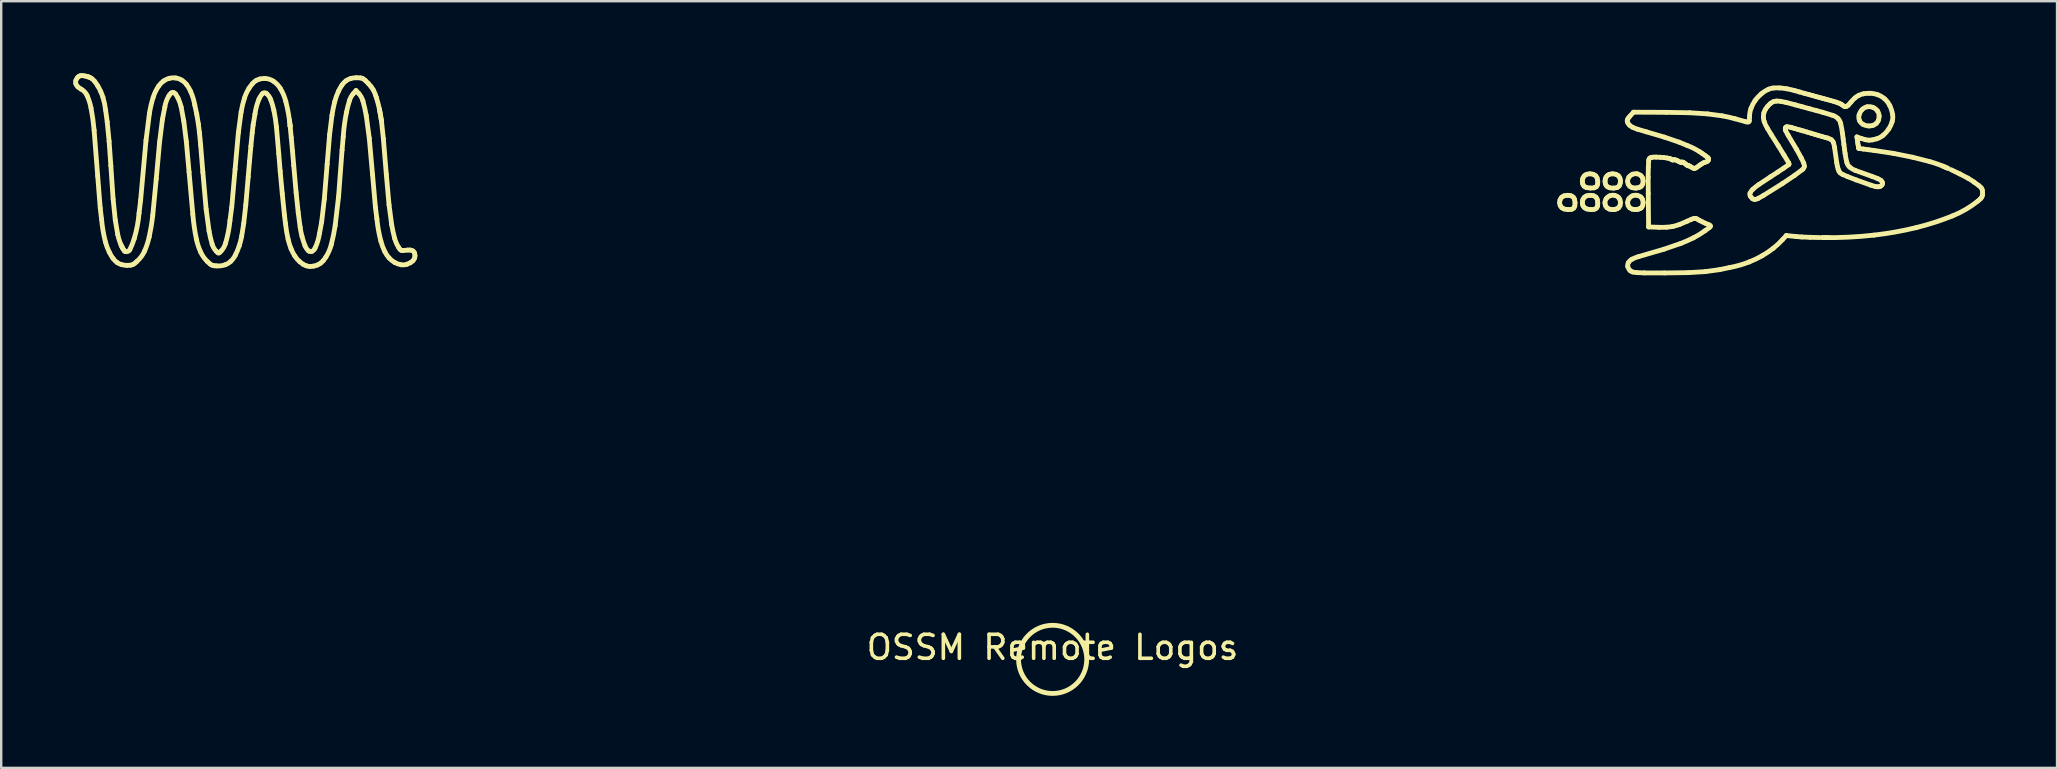
<source format=kicad_pcb>
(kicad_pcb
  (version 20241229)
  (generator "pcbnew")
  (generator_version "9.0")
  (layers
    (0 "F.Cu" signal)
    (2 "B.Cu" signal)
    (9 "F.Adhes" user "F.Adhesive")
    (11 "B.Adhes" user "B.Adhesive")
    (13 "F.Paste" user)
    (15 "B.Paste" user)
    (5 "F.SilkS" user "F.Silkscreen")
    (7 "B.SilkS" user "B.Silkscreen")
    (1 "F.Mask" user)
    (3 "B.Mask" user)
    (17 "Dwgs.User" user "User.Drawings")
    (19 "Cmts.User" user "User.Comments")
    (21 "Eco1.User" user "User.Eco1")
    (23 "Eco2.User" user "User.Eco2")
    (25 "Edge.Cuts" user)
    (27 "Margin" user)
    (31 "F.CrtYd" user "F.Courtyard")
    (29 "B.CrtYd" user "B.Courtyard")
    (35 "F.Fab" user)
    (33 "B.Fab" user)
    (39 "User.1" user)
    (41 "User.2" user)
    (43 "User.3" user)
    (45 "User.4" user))
  (footprint "OSSM Remote Logos"
    (layer "F.Cu")
    (at 40.804 24.424)
    (property "Reference" "OSSM Remote Logos" (at 0 -0.5 0) (unlocked yes) (layer "F.SilkS") (effects (font (size 1 1) (thickness 0.15))))
    (attr smd)
    (fp_line (start -40.257 -24.296) (end -40.192 -24.276) (stroke (width 0.2) (type default)) (layer "F.SilkS"))
    (fp_line (start -40.192 -24.276) (end -40.172 -24.27) (stroke (width 0.2) (type default)) (layer "F.SilkS"))
    (fp_line (start -40.172 -24.27) (end -40.095 -24.239) (stroke (width 0.2) (type default)) (layer "F.SilkS"))
    (fp_line (start -39.784 -20.145) (end -39.933 -22.047) (stroke (width 0.2) (type default)) (layer "F.SilkS"))
    (fp_line (start -39.678 -18.806) (end -39.784 -20.145) (stroke (width 0.2) (type default)) (layer "F.SilkS"))
    (fp_line (start -39.622 -18.336) (end -39.678 -18.806) (stroke (width 0.2) (type default)) (layer "F.SilkS"))
    (fp_line (start -39.455 -22.896) (end -39.387 -22.395) (stroke (width 0.2) (type default)) (layer "F.SilkS"))
    (fp_line (start -39.387 -22.395) (end -39.308 -21.588) (stroke (width 0.2) (type default)) (layer "F.SilkS"))
    (fp_line (start -39.308 -21.588) (end -39.236 -20.575) (stroke (width 0.2) (type default)) (layer "F.SilkS"))
    (fp_line (start -39.236 -20.575) (end -39.141 -19.181) (stroke (width 0.2) (type default)) (layer "F.SilkS"))
    (fp_line (start -39.141 -19.181) (end -39.051 -18.304) (stroke (width 0.2) (type default)) (layer "F.SilkS"))
    (fp_line (start -39.051 -18.304) (end -38.949 -17.702) (stroke (width 0.2) (type default)) (layer "F.SilkS"))
    (fp_line (start -38.812 -17.271) (end -38.766 -17.174) (stroke (width 0.2) (type default)) (layer "F.SilkS"))
    (fp_line (start -38.715 -17.087) (end -38.668 -17.019) (stroke (width 0.2) (type default)) (layer "F.SilkS"))
    (fp_line (start -38.159 -16.574) (end -38.23 -16.51) (stroke (width 0.2) (type default)) (layer "F.SilkS"))
    (fp_line (start -38.06 -18.589) (end -37.995 -19.131) (stroke (width 0.2) (type default)) (layer "F.SilkS"))
    (fp_line (start -37.995 -19.131) (end -37.771 -21.62) (stroke (width 0.2) (type default)) (layer "F.SilkS"))
    (fp_line (start -37.771 -21.62) (end -37.628 -22.748) (stroke (width 0.2) (type default)) (layer "F.SilkS"))
    (fp_line (start -37.343 -20.027) (end -37.49 -18.498) (stroke (width 0.2) (type default)) (layer "F.SilkS"))
    (fp_line (start -37.204 -21.56) (end -37.343 -20.027) (stroke (width 0.2) (type default)) (layer "F.SilkS"))
    (fp_line (start -37.086 -22.502) (end -37.204 -21.56) (stroke (width 0.2) (type default)) (layer "F.SilkS"))
    (fp_line (start -36.985 -23.018) (end -37.086 -22.502) (stroke (width 0.2) (type default)) (layer "F.SilkS"))
    (fp_line (start -36.196 -22.426) (end -36.306 -23.014) (stroke (width 0.2) (type default)) (layer "F.SilkS"))
    (fp_line (start -36.091 -21.578) (end -36.196 -22.426) (stroke (width 0.2) (type default)) (layer "F.SilkS"))
    (fp_line (start -35.976 -20.301) (end -36.091 -21.578) (stroke (width 0.2) (type default)) (layer "F.SilkS"))
    (fp_line (start -35.82 -18.546) (end -35.976 -20.301) (stroke (width 0.2) (type default)) (layer "F.SilkS"))
    (fp_line (start -35.739 -23.099) (end -35.656 -22.716) (stroke (width 0.2) (type default)) (layer "F.SilkS"))
    (fp_line (start -35.656 -22.716) (end -35.589 -22.307) (stroke (width 0.2) (type default)) (layer "F.SilkS"))
    (fp_line (start -35.589 -22.307) (end -35.542 -21.941) (stroke (width 0.2) (type default)) (layer "F.SilkS"))
    (fp_line (start -35.542 -21.941) (end -35.494 -21.43) (stroke (width 0.2) (type default)) (layer "F.SilkS"))
    (fp_line (start -35.494 -21.43) (end -35.402 -20.301) (stroke (width 0.2) (type default)) (layer "F.SilkS"))
    (fp_line (start -35.402 -20.301) (end -35.265 -18.756) (stroke (width 0.2) (type default)) (layer "F.SilkS"))
    (fp_line (start -35.265 -18.756) (end -35.145 -17.859) (stroke (width 0.2) (type default)) (layer "F.SilkS"))
    (fp_line (start -34.825 -16.395) (end -34.911 -16.399) (stroke (width 0.2) (type default)) (layer "F.SilkS"))
    (fp_line (start -34.704 -16.951) (end -34.638 -17.018) (stroke (width 0.2) (type default)) (layer "F.SilkS"))
    (fp_line (start -34.273 -18.281) (end -34.198 -18.843) (stroke (width 0.2) (type default)) (layer "F.SilkS"))
    (fp_line (start -34.198 -18.843) (end -34.058 -20.426) (stroke (width 0.2) (type default)) (layer "F.SilkS"))
    (fp_line (start -34.058 -20.426) (end -33.923 -21.942) (stroke (width 0.2) (type default)) (layer "F.SilkS"))
    (fp_line (start -33.923 -21.942) (end -33.807 -22.811) (stroke (width 0.2) (type default)) (layer "F.SilkS"))
    (fp_line (start -33.698 -18.169) (end -33.785 -17.628) (stroke (width 0.2) (type default)) (layer "F.SilkS"))
    (fp_line (start -33.613 -18.935) (end -33.698 -18.169) (stroke (width 0.2) (type default)) (layer "F.SilkS"))
    (fp_line (start -33.512 -20.102) (end -33.613 -18.935) (stroke (width 0.2) (type default)) (layer "F.SilkS"))
    (fp_line (start -33.458 -20.746) (end -33.512 -20.102) (stroke (width 0.2) (type default)) (layer "F.SilkS"))
    (fp_line (start -33.4 -21.385) (end -33.458 -20.746) (stroke (width 0.2) (type default)) (layer "F.SilkS"))
    (fp_line (start -33.345 -21.939) (end -33.4 -21.385) (stroke (width 0.2) (type default)) (layer "F.SilkS"))
    (fp_line (start -33.307 -22.267) (end -33.345 -21.939) (stroke (width 0.2) (type default)) (layer "F.SilkS"))
    (fp_line (start -33.23 -22.721) (end -33.307 -22.267) (stroke (width 0.2) (type default)) (layer "F.SilkS"))
    (fp_line (start -32.239 -21.073) (end -32.335 -22.178) (stroke (width 0.2) (type default)) (layer "F.SilkS"))
    (fp_line (start -32.18 -20.341) (end -32.239 -21.073) (stroke (width 0.2) (type default)) (layer "F.SilkS"))
    (fp_line (start -32.093 -19.405) (end -32.18 -20.341) (stroke (width 0.2) (type default)) (layer "F.SilkS"))
    (fp_line (start -32.002 -18.508) (end -32.093 -19.405) (stroke (width 0.2) (type default)) (layer "F.SilkS"))
    (fp_line (start -31.961 -18.17) (end -32.002 -18.508) (stroke (width 0.2) (type default)) (layer "F.SilkS"))
    (fp_line (start -31.794 -22.467) (end -31.764 -22.22) (stroke (width 0.2) (type default)) (layer "F.SilkS"))
    (fp_line (start -31.766 -22.23) (end -31.719 -21.747) (stroke (width 0.2) (type default)) (layer "F.SilkS"))
    (fp_line (start -31.764 -22.22) (end -31.766 -22.23) (stroke (width 0.2) (type default)) (layer "F.SilkS"))
    (fp_line (start -31.719 -21.747) (end -31.666 -21.176) (stroke (width 0.2) (type default)) (layer "F.SilkS"))
    (fp_line (start -31.666 -21.176) (end -31.615 -20.575) (stroke (width 0.2) (type default)) (layer "F.SilkS"))
    (fp_line (start -31.615 -20.575) (end -31.516 -19.455) (stroke (width 0.2) (type default)) (layer "F.SilkS"))
    (fp_line (start -31.516 -19.455) (end -31.429 -18.623) (stroke (width 0.2) (type default)) (layer "F.SilkS"))
    (fp_line (start -31.429 -18.623) (end -31.348 -18.008) (stroke (width 0.2) (type default)) (layer "F.SilkS"))
    (fp_line (start -30.54 -17.755) (end -30.451 -18.231) (stroke (width 0.2) (type default)) (layer "F.SilkS"))
    (fp_line (start -30.451 -18.231) (end -30.341 -19.175) (stroke (width 0.2) (type default)) (layer "F.SilkS"))
    (fp_line (start -30.341 -19.175) (end -30.223 -20.625) (stroke (width 0.2) (type default)) (layer "F.SilkS"))
    (fp_line (start -30.223 -20.625) (end -30.121 -21.865) (stroke (width 0.2) (type default)) (layer "F.SilkS"))
    (fp_line (start -30.121 -21.865) (end -30.022 -22.668) (stroke (width 0.2) (type default)) (layer "F.SilkS"))
    (fp_line (start -29.747 -19.28) (end -29.888 -18.077) (stroke (width 0.2) (type default)) (layer "F.SilkS"))
    (fp_line (start -29.601 -21.222) (end -29.747 -19.28) (stroke (width 0.2) (type default)) (layer "F.SilkS"))
    (fp_line (start -29.552 -21.78) (end -29.601 -21.222) (stroke (width 0.2) (type default)) (layer "F.SilkS"))
    (fp_line (start -29.021 -23.702) (end -29.137 -23.566) (stroke (width 0.2) (type default)) (layer "F.SilkS"))
    (fp_line (start -28.911 -23.584) (end -29.021 -23.702) (stroke (width 0.2) (type default)) (layer "F.SilkS"))
    (fp_line (start -28.638 -24.126) (end -28.509 -23.999) (stroke (width 0.2) (type default)) (layer "F.SilkS"))
    (fp_line (start -28.468 -21.719) (end -28.594 -22.658) (stroke (width 0.2) (type default)) (layer "F.SilkS"))
    (fp_line (start -28.332 -20.202) (end -28.468 -21.719) (stroke (width 0.2) (type default)) (layer "F.SilkS"))
    (fp_line (start -28.212 -18.839) (end -28.332 -20.202) (stroke (width 0.2) (type default)) (layer "F.SilkS"))
    (fp_line (start -28.207 -23.509) (end -28.173 -23.413) (stroke (width 0.2) (type default)) (layer "F.SilkS"))
    (fp_line (start -28.151 -18.362) (end -28.212 -18.839) (stroke (width 0.2) (type default)) (layer "F.SilkS"))
    (fp_line (start -28.046 -22.929) (end -27.964 -22.46) (stroke (width 0.2) (type default)) (layer "F.SilkS"))
    (fp_line (start -27.964 -22.46) (end -27.959 -22.428) (stroke (width 0.2) (type default)) (layer "F.SilkS"))
    (fp_line (start -27.959 -22.428) (end -27.88 -21.691) (stroke (width 0.2) (type default)) (layer "F.SilkS"))
    (fp_line (start -27.88 -21.691) (end -27.757 -20.202) (stroke (width 0.2) (type default)) (layer "F.SilkS"))
    (fp_line (start -27.757 -20.202) (end -27.644 -18.937) (stroke (width 0.2) (type default)) (layer "F.SilkS"))
    (fp_line (start -27.644 -18.937) (end -27.534 -18.112) (stroke (width 0.2) (type default)) (layer "F.SilkS"))
    (fp_line (start -27.058 -17.035) (end -26.868 -17.054) (stroke (width 0.2) (type default)) (layer "F.SilkS"))
    (fp_line (start 23.995 -22.556) (end 24.062 -22.637) (stroke (width 0.2) (type default)) (layer "F.SilkS"))
    (fp_line (start 24.062 -22.637) (end 24.207 -22.799) (stroke (width 0.2) (type default)) (layer "F.SilkS"))
    (fp_line (start 24.207 -22.799) (end 25.568 -22.793) (stroke (width 0.2) (type default)) (layer "F.SilkS"))
    (fp_line (start 24.411 -16.779) (end 25.471 -17.088) (stroke (width 0.2) (type default)) (layer "F.SilkS"))
    (fp_line (start 24.665 -16.103) (end 24.342 -16.116) (stroke (width 0.2) (type default)) (layer "F.SilkS"))
    (fp_line (start 24.738 -21.983) (end 24.377 -22.09) (stroke (width 0.2) (type default)) (layer "F.SilkS"))
    (fp_line (start 24.82 -20.091) (end 24.827 -20.509) (stroke (width 0.2) (type default)) (layer "F.SilkS"))
    (fp_line (start 24.824 -19.407) (end 24.82 -20.091) (stroke (width 0.2) (type default)) (layer "F.SilkS"))
    (fp_line (start 24.827 -20.509) (end 24.841 -20.79) (stroke (width 0.2) (type default)) (layer "F.SilkS"))
    (fp_line (start 24.837 -18.018) (end 24.824 -19.407) (stroke (width 0.2) (type default)) (layer "F.SilkS"))
    (fp_line (start 25.154 -20.927) (end 25.323 -20.921) (stroke (width 0.2) (type default)) (layer "F.SilkS"))
    (fp_line (start 25.26 -18.003) (end 24.837 -18.018) (stroke (width 0.2) (type default)) (layer "F.SilkS"))
    (fp_line (start 25.323 -20.921) (end 25.476 -20.908) (stroke (width 0.2) (type default)) (layer "F.SilkS"))
    (fp_line (start 25.471 -17.088) (end 26.186 -17.334) (stroke (width 0.2) (type default)) (layer "F.SilkS"))
    (fp_line (start 25.476 -20.908) (end 25.614 -20.889) (stroke (width 0.2) (type default)) (layer "F.SilkS"))
    (fp_line (start 25.496 -21.76) (end 24.738 -21.983) (stroke (width 0.2) (type default)) (layer "F.SilkS"))
    (fp_line (start 25.497 -16.101) (end 24.665 -16.103) (stroke (width 0.2) (type default)) (layer "F.SilkS"))
    (fp_line (start 25.568 -22.793) (end 26.55 -22.776) (stroke (width 0.2) (type default)) (layer "F.SilkS"))
    (fp_line (start 25.614 -20.889) (end 25.726 -20.866) (stroke (width 0.2) (type default)) (layer "F.SilkS"))
    (fp_line (start 26.115 -21.549) (end 25.496 -21.76) (stroke (width 0.2) (type default)) (layer "F.SilkS"))
    (fp_line (start 26.361 -20.653) (end 26.403 -20.618) (stroke (width 0.2) (type default)) (layer "F.SilkS"))
    (fp_line (start 26.436 -21.417) (end 26.115 -21.549) (stroke (width 0.2) (type default)) (layer "F.SilkS"))
    (fp_line (start 26.441 -20.59) (end 26.476 -20.569) (stroke (width 0.2) (type default)) (layer "F.SilkS"))
    (fp_line (start 26.449 -18.258) (end 26.129 -18.122) (stroke (width 0.2) (type default)) (layer "F.SilkS"))
    (fp_line (start 26.473 -20.571) (end 26.473 -20.571) (stroke (width 0.2) (type default)) (layer "F.SilkS"))
    (fp_line (start 26.487 -16.114) (end 25.497 -16.101) (stroke (width 0.2) (type default)) (layer "F.SilkS"))
    (fp_line (start 26.5 -20.573) (end 26.5 -20.573) (stroke (width 0.2) (type default)) (layer "F.SilkS"))
    (fp_line (start 26.5 -20.573) (end 26.536 -20.557) (stroke (width 0.2) (type default)) (layer "F.SilkS"))
    (fp_line (start 26.536 -20.557) (end 26.58 -20.534) (stroke (width 0.2) (type default)) (layer "F.SilkS"))
    (fp_line (start 26.55 -22.776) (end 27.293 -22.729) (stroke (width 0.2) (type default)) (layer "F.SilkS"))
    (fp_line (start 26.58 -20.534) (end 26.655 -20.488) (stroke (width 0.2) (type default)) (layer "F.SilkS"))
    (fp_line (start 26.617 -18.334) (end 26.449 -18.258) (stroke (width 0.2) (type default)) (layer "F.SilkS"))
    (fp_line (start 26.824 -20.486) (end 26.932 -20.564) (stroke (width 0.2) (type default)) (layer "F.SilkS"))
    (fp_line (start 26.932 -20.564) (end 27.008 -20.618) (stroke (width 0.2) (type default)) (layer "F.SilkS"))
    (fp_line (start 26.965 -18.287) (end 26.859 -18.349) (stroke (width 0.2) (type default)) (layer "F.SilkS"))
    (fp_line (start 27.008 -20.618) (end 27.083 -20.666) (stroke (width 0.2) (type default)) (layer "F.SilkS"))
    (fp_line (start 27.077 -18.23) (end 26.965 -18.287) (stroke (width 0.2) (type default)) (layer "F.SilkS"))
    (fp_line (start 27.083 -20.666) (end 27.15 -20.702) (stroke (width 0.2) (type default)) (layer "F.SilkS"))
    (fp_line (start 27.089 -21.068) (end 26.96 -21.154) (stroke (width 0.2) (type default)) (layer "F.SilkS"))
    (fp_line (start 27.184 -17.858) (end 27.353 -17.981) (stroke (width 0.2) (type default)) (layer "F.SilkS"))
    (fp_line (start 27.193 -16.156) (end 26.487 -16.114) (stroke (width 0.2) (type default)) (layer "F.SilkS"))
    (fp_line (start 27.204 -20.986) (end 27.089 -21.068) (stroke (width 0.2) (type default)) (layer "F.SilkS"))
    (fp_line (start 27.205 -18.17) (end 27.077 -18.23) (stroke (width 0.2) (type default)) (layer "F.SilkS"))
    (fp_line (start 27.293 -22.729) (end 27.898 -22.648) (stroke (width 0.2) (type default)) (layer "F.SilkS"))
    (fp_line (start 27.294 -20.917) (end 27.204 -20.986) (stroke (width 0.2) (type default)) (layer "F.SilkS"))
    (fp_line (start 27.348 -18.11) (end 27.205 -18.17) (stroke (width 0.2) (type default)) (layer "F.SilkS"))
    (fp_line (start 27.805 -16.24) (end 27.193 -16.156) (stroke (width 0.2) (type default)) (layer "F.SilkS"))
    (fp_line (start 28.203 -16.325) (end 27.805 -16.24) (stroke (width 0.2) (type default)) (layer "F.SilkS"))
    (fp_line (start 28.447 -22.524) (end 28.901 -22.398) (stroke (width 0.2) (type default)) (layer "F.SilkS"))
    (fp_line (start 29.411 -19.209) (end 29.625 -19.331) (stroke (width 0.2) (type default)) (layer "F.SilkS"))
    (fp_line (start 29.625 -19.331) (end 30.414 -19.824) (stroke (width 0.2) (type default)) (layer "F.SilkS"))
    (fp_line (start 29.789 -22.126) (end 29.949 -21.862) (stroke (width 0.2) (type default)) (layer "F.SilkS"))
    (fp_line (start 29.92 -20.108) (end 29.421 -19.779) (stroke (width 0.2) (type default)) (layer "F.SilkS"))
    (fp_line (start 29.949 -21.862) (end 30.24 -21.402) (stroke (width 0.2) (type default)) (layer "F.SilkS"))
    (fp_line (start 30.214 -20.299) (end 29.92 -20.108) (stroke (width 0.2) (type default)) (layer "F.SilkS"))
    (fp_line (start 30.24 -21.402) (end 30.477 -21.017) (stroke (width 0.2) (type default)) (layer "F.SilkS"))
    (fp_line (start 30.414 -19.824) (end 30.921 -20.165) (stroke (width 0.2) (type default)) (layer "F.SilkS"))
    (fp_line (start 30.463 -20.465) (end 30.214 -20.299) (stroke (width 0.2) (type default)) (layer "F.SilkS"))
    (fp_line (start 30.477 -21.017) (end 30.674 -20.69) (stroke (width 0.2) (type default)) (layer "F.SilkS"))
    (fp_line (start 30.574 -17.661) (end 30.42 -17.49) (stroke (width 0.2) (type default)) (layer "F.SilkS"))
    (fp_line (start 30.676 -20.613) (end 30.463 -20.465) (stroke (width 0.2) (type default)) (layer "F.SilkS"))
    (fp_line (start 30.753 -22.17) (end 30.831 -22.147) (stroke (width 0.2) (type default)) (layer "F.SilkS"))
    (fp_line (start 30.831 -22.147) (end 30.939 -22.116) (stroke (width 0.2) (type default)) (layer "F.SilkS"))
    (fp_line (start 30.921 -20.165) (end 31.257 -20.416) (stroke (width 0.2) (type default)) (layer "F.SilkS"))
    (fp_line (start 30.931 -23.697) (end 31.124 -23.643) (stroke (width 0.2) (type default)) (layer "F.SilkS"))
    (fp_line (start 30.939 -22.116) (end 31.054 -22.083) (stroke (width 0.2) (type default)) (layer "F.SilkS"))
    (fp_line (start 30.953 -23.104) (end 30.565 -23.207) (stroke (width 0.2) (type default)) (layer "F.SilkS"))
    (fp_line (start 30.992 -17.617) (end 30.574 -17.661) (stroke (width 0.2) (type default)) (layer "F.SilkS"))
    (fp_line (start 31.006 -21.245) (end 30.653 -21.834) (stroke (width 0.2) (type default)) (layer "F.SilkS"))
    (fp_line (start 31.054 -22.083) (end 31.161 -22.053) (stroke (width 0.2) (type default)) (layer "F.SilkS"))
    (fp_line (start 31.124 -23.643) (end 31.33 -23.585) (stroke (width 0.2) (type default)) (layer "F.SilkS"))
    (fp_line (start 31.161 -22.053) (end 31.281 -22.019) (stroke (width 0.2) (type default)) (layer "F.SilkS"))
    (fp_line (start 31.197 -20.898) (end 31.006 -21.245) (stroke (width 0.2) (type default)) (layer "F.SilkS"))
    (fp_line (start 31.215 -17.6) (end 30.992 -17.617) (stroke (width 0.2) (type default)) (layer "F.SilkS"))
    (fp_line (start 31.224 -23.03) (end 30.953 -23.104) (stroke (width 0.2) (type default)) (layer "F.SilkS"))
    (fp_line (start 31.281 -22.019) (end 31.44 -21.972) (stroke (width 0.2) (type default)) (layer "F.SilkS"))
    (fp_line (start 31.3 -20.68) (end 31.197 -20.898) (stroke (width 0.2) (type default)) (layer "F.SilkS"))
    (fp_line (start 31.33 -23.585) (end 31.523 -23.532) (stroke (width 0.2) (type default)) (layer "F.SilkS"))
    (fp_line (start 31.44 -21.972) (end 31.607 -21.923) (stroke (width 0.2) (type default)) (layer "F.SilkS"))
    (fp_line (start 31.523 -23.532) (end 31.666 -23.493) (stroke (width 0.2) (type default)) (layer "F.SilkS"))
    (fp_line (start 31.535 -22.945) (end 31.224 -23.03) (stroke (width 0.2) (type default)) (layer "F.SilkS"))
    (fp_line (start 31.565 -17.586) (end 31.215 -17.6) (stroke (width 0.2) (type default)) (layer "F.SilkS"))
    (fp_line (start 31.607 -21.923) (end 31.759 -21.877) (stroke (width 0.2) (type default)) (layer "F.SilkS"))
    (fp_line (start 31.666 -23.493) (end 31.789 -23.459) (stroke (width 0.2) (type default)) (layer "F.SilkS"))
    (fp_line (start 31.759 -21.877) (end 31.905 -21.833) (stroke (width 0.2) (type default)) (layer "F.SilkS"))
    (fp_line (start 31.789 -23.459) (end 31.916 -23.424) (stroke (width 0.2) (type default)) (layer "F.SilkS"))
    (fp_line (start 31.839 -22.863) (end 31.535 -22.945) (stroke (width 0.2) (type default)) (layer "F.SilkS"))
    (fp_line (start 31.905 -21.833) (end 32.054 -21.789) (stroke (width 0.2) (type default)) (layer "F.SilkS"))
    (fp_line (start 31.916 -23.424) (end 32.031 -23.393) (stroke (width 0.2) (type default)) (layer "F.SilkS"))
    (fp_line (start 31.964 -17.576) (end 31.565 -17.586) (stroke (width 0.2) (type default)) (layer "F.SilkS"))
    (fp_line (start 32.031 -23.393) (end 32.107 -23.372) (stroke (width 0.2) (type default)) (layer "F.SilkS"))
    (fp_line (start 32.054 -21.789) (end 32.188 -21.751) (stroke (width 0.2) (type default)) (layer "F.SilkS"))
    (fp_line (start 32.083 -22.797) (end 31.839 -22.863) (stroke (width 0.2) (type default)) (layer "F.SilkS"))
    (fp_line (start 32.107 -23.372) (end 32.184 -23.35) (stroke (width 0.2) (type default)) (layer "F.SilkS"))
    (fp_line (start 32.184 -23.35) (end 32.298 -23.319) (stroke (width 0.2) (type default)) (layer "F.SilkS"))
    (fp_line (start 32.188 -21.751) (end 32.292 -21.724) (stroke (width 0.2) (type default)) (layer "F.SilkS"))
    (fp_line (start 32.298 -23.319) (end 32.425 -23.284) (stroke (width 0.2) (type default)) (layer "F.SilkS"))
    (fp_line (start 32.356 -17.573) (end 32.083 -17.575) (stroke (width 0.2) (type default)) (layer "F.SilkS"))
    (fp_line (start 32.425 -23.284) (end 32.547 -23.251) (stroke (width 0.2) (type default)) (layer "F.SilkS"))
    (fp_line (start 32.499 -22.67) (end 32.083 -22.797) (stroke (width 0.2) (type default)) (layer "F.SilkS"))
    (fp_line (start 32.547 -23.251) (end 32.664 -23.215) (stroke (width 0.2) (type default)) (layer "F.SilkS"))
    (fp_line (start 32.584 -21.342) (end 32.678 -20.688) (stroke (width 0.2) (type default)) (layer "F.SilkS"))
    (fp_line (start 32.664 -23.215) (end 32.774 -23.173) (stroke (width 0.2) (type default)) (layer "F.SilkS"))
    (fp_line (start 32.678 -20.688) (end 32.702 -20.551) (stroke (width 0.2) (type default)) (layer "F.SilkS"))
    (fp_line (start 32.774 -23.173) (end 32.865 -23.131) (stroke (width 0.2) (type default)) (layer "F.SilkS"))
    (fp_line (start 32.926 -20.203) (end 33.135 -20.113) (stroke (width 0.2) (type default)) (layer "F.SilkS"))
    (fp_line (start 32.944 -21.697) (end 32.916 -21.917) (stroke (width 0.2) (type default)) (layer "F.SilkS"))
    (fp_line (start 32.975 -21.46) (end 32.944 -21.697) (stroke (width 0.2) (type default)) (layer "F.SilkS"))
    (fp_line (start 33.004 -21.241) (end 32.975 -21.46) (stroke (width 0.2) (type default)) (layer "F.SilkS"))
    (fp_line (start 33.025 -21.082) (end 33.004 -21.241) (stroke (width 0.2) (type default)) (layer "F.SilkS"))
    (fp_line (start 33.135 -20.113) (end 33.488 -19.977) (stroke (width 0.2) (type default)) (layer "F.SilkS"))
    (fp_line (start 33.488 -19.977) (end 34.099 -19.759) (stroke (width 0.2) (type default)) (layer "F.SilkS"))
    (fp_line (start 33.517 -21.77) (end 33.551 -21.537) (stroke (width 0.2) (type default)) (layer "F.SilkS"))
    (fp_line (start 33.551 -21.537) (end 33.565 -21.448) (stroke (width 0.2) (type default)) (layer "F.SilkS"))
    (fp_line (start 33.565 -21.448) (end 33.579 -21.37) (stroke (width 0.2) (type default)) (layer "F.SilkS"))
    (fp_line (start 33.579 -21.37) (end 33.591 -21.303) (stroke (width 0.2) (type default)) (layer "F.SilkS"))
    (fp_line (start 33.606 -21.289) (end 33.785 -21.264) (stroke (width 0.2) (type default)) (layer "F.SilkS"))
    (fp_line (start 33.708 -21.701) (end 33.517 -21.77) (stroke (width 0.2) (type default)) (layer "F.SilkS"))
    (fp_line (start 33.785 -21.264) (end 33.988 -21.236) (stroke (width 0.2) (type default)) (layer "F.SilkS"))
    (fp_line (start 33.988 -21.236) (end 34.226 -21.206) (stroke (width 0.2) (type default)) (layer "F.SilkS"))
    (fp_line (start 34.145 -20.125) (end 33.455 -20.371) (stroke (width 0.2) (type default)) (layer "F.SilkS"))
    (fp_line (start 34.226 -21.206) (end 35.039 -21.083) (stroke (width 0.2) (type default)) (layer "F.SilkS"))
    (fp_line (start 34.356 -20.045) (end 34.145 -20.125) (stroke (width 0.2) (type default)) (layer "F.SilkS"))
    (fp_line (start 35.039 -21.083) (end 35.839 -20.922) (stroke (width 0.2) (type default)) (layer "F.SilkS"))
    (fp_line (start 35.839 -20.922) (end 36.552 -20.741) (stroke (width 0.2) (type default)) (layer "F.SilkS"))
    (fp_line (start 37.091 -20.555) (end 37.305 -20.462) (stroke (width 0.2) (type default)) (layer "F.SilkS"))
    (fp_line (start 37.435 -20.406) (end 37.805 -20.227) (stroke (width 0.2) (type default)) (layer "F.SilkS"))
    (fp_line (start 37.805 -20.227) (end 38.14 -20.052) (stroke (width 0.2) (type default)) (layer "F.SilkS"))
    (fp_line (start 38.397 -19.887) (end 38.598 -19.741) (stroke (width 0.2) (type default)) (layer "F.SilkS"))
    (fp_arc (start -40.695152 -23.987886) (mid -40.704357 -24.053123) (end -40.694342 -24.11824) (stroke (width 0.2) (type default)) (layer "F.SilkS"))
    (fp_arc (start -40.694342 -24.11824) (mid -40.665449 -24.185079) (end -40.622757 -24.244065) (stroke (width 0.2) (type default)) (layer "F.SilkS"))
    (fp_arc (start -40.622757 -24.244065) (mid -40.596673 -24.269831) (end -40.56788 -24.29253) (stroke (width 0.2) (type default)) (layer "F.SilkS"))
    (fp_arc (start -40.62161 -23.865821) (mid -40.666234 -23.922123) (end -40.695152 -23.987886) (stroke (width 0.2) (type default)) (layer "F.SilkS"))
    (fp_arc (start -40.56788 -24.29253) (mid -40.541124 -24.307785) (end -40.511995 -24.317788) (stroke (width 0.2) (type default)) (layer "F.SilkS"))
    (fp_arc (start -40.511995 -24.317788) (mid -40.477128 -24.32352) (end -40.441796 -24.324041) (stroke (width 0.2) (type default)) (layer "F.SilkS"))
    (fp_arc (start -40.481537 -23.764745) (mid -40.555315 -23.810098) (end -40.62161 -23.865821) (stroke (width 0.2) (type default)) (layer "F.SilkS"))
    (fp_arc (start -40.481537 -23.764745) (mid -40.330993 -23.651436) (end -40.226166 -23.494865) (stroke (width 0.2) (type default)) (layer "F.SilkS"))
    (fp_arc (start -40.441796 -24.324041) (mid -40.390174 -24.319673) (end -40.338831 -24.312758) (stroke (width 0.2) (type default)) (layer "F.SilkS"))
    (fp_arc (start -40.338831 -24.312758) (mid -40.26438 -24.297458) (end -40.191565 -24.275663) (stroke (width 0.2) (type default)) (layer "F.SilkS"))
    (fp_arc (start -40.226166 -23.494865) (mid -40.128715 -23.239185) (end -40.061469 -22.973956) (stroke (width 0.2) (type default)) (layer "F.SilkS"))
    (fp_arc (start -40.094891 -24.239348) (mid -40.067556 -24.225643) (end -40.041686 -24.209342) (stroke (width 0.2) (type default)) (layer "F.SilkS"))
    (fp_arc (start -40.061469 -22.973956) (mid -39.984963 -22.51215) (end -39.93275 -22.046971) (stroke (width 0.2) (type default)) (layer "F.SilkS"))
    (fp_arc (start -40.041686 -24.209342) (mid -39.973398 -24.153581) (end -39.914037 -24.088399) (stroke (width 0.2) (type default)) (layer "F.SilkS"))
    (fp_arc (start -39.914037 -24.088399) (mid -39.843544 -23.992558) (end -39.779078 -23.892563) (stroke (width 0.2) (type default)) (layer "F.SilkS"))
    (fp_arc (start -39.779078 -23.892563) (mid -39.714366 -23.777565) (end -39.656504 -23.658974) (stroke (width 0.2) (type default)) (layer "F.SilkS"))
    (fp_arc (start -39.656504 -23.658974) (mid -39.607023 -23.539732) (end -39.565099 -23.417628) (stroke (width 0.2) (type default)) (layer "F.SilkS"))
    (fp_arc (start -39.565099 -23.417628) (mid -39.498265 -23.159525) (end -39.455463 -22.896368) (stroke (width 0.2) (type default)) (layer "F.SilkS"))
    (fp_arc (start -39.460275 -17.392731) (mid -39.560482 -17.861274) (end -39.621886 -18.336461) (stroke (width 0.2) (type default)) (layer "F.SilkS"))
    (fp_arc (start -39.300675 -16.967088) (mid -39.391863 -17.175639) (end -39.460275 -17.392731) (stroke (width 0.2) (type default)) (layer "F.SilkS"))
    (fp_arc (start -39.145001 -16.707888) (mid -39.227711 -16.834562) (end -39.300675 -16.967088) (stroke (width 0.2) (type default)) (layer "F.SilkS"))
    (fp_arc (start -38.9815 -16.54088) (mid -39.069893 -16.617881) (end -39.145001 -16.707888) (stroke (width 0.2) (type default)) (layer "F.SilkS"))
    (fp_arc (start -38.791597 -16.448592) (mid -38.890828 -16.48593) (end -38.9815 -16.54088) (stroke (width 0.2) (type default)) (layer "F.SilkS"))
    (fp_arc (start -38.740208 -17.120331) (mid -38.864156 -17.404282) (end -38.948898 -17.702292) (stroke (width 0.2) (type default)) (layer "F.SilkS"))
    (fp_arc (start -38.660739 -17.009517) (mid -38.716865 -17.089429) (end -38.765652 -17.174022) (stroke (width 0.2) (type default)) (layer "F.SilkS"))
    (fp_arc (start -38.634694 -16.99505) (mid -38.652836 -17.00499) (end -38.667688 -17.019388) (stroke (width 0.2) (type default)) (layer "F.SilkS"))
    (fp_arc (start -38.557753 -16.417128) (mid -38.675728 -16.425031) (end -38.791597 -16.448592) (stroke (width 0.2) (type default)) (layer "F.SilkS"))
    (fp_arc (start -38.44603 -17.067932) (mid -38.52633 -16.995188) (end -38.634694 -16.99505) (stroke (width 0.2) (type default)) (layer "F.SilkS"))
    (fp_arc (start -38.41598 -16.425163) (mid -38.486753 -16.419138) (end -38.557753 -16.417128) (stroke (width 0.2) (type default)) (layer "F.SilkS"))
    (fp_arc (start -38.320705 -16.451804) (mid -38.367279 -16.434684) (end -38.41598 -16.425163) (stroke (width 0.2) (type default)) (layer "F.SilkS"))
    (fp_arc (start -38.262205 -17.52935) (mid -38.343961 -17.294595) (end -38.44603 -17.067932) (stroke (width 0.2) (type default)) (layer "F.SilkS"))
    (fp_arc (start -38.230149 -16.509585) (mid -38.273464 -16.477617) (end -38.320705 -16.451804) (stroke (width 0.2) (type default)) (layer "F.SilkS"))
    (fp_arc (start -38.060133 -18.588668) (mid -38.13396 -18.053819) (end -38.262205 -17.52935) (stroke (width 0.2) (type default)) (layer "F.SilkS"))
    (fp_arc (start -37.827266 -17.02079) (mid -37.96773 -16.778282) (end -38.15938 -16.573807) (stroke (width 0.2) (type default)) (layer "F.SilkS"))
    (fp_arc (start -37.638543 -17.600073) (mid -37.718987 -17.305897) (end -37.827266 -17.02079) (stroke (width 0.2) (type default)) (layer "F.SilkS"))
    (fp_arc (start -37.628408 -22.748099) (mid -37.562329 -23.084729) (end -37.471973 -23.41567) (stroke (width 0.2) (type default)) (layer "F.SilkS"))
    (fp_arc (start -37.490039 -18.498383) (mid -37.551914 -18.047182) (end -37.638543 -17.600073) (stroke (width 0.2) (type default)) (layer "F.SilkS"))
    (fp_arc (start -37.471973 -23.41567) (mid -37.373148 -23.664359) (end -37.238099 -23.895388) (stroke (width 0.2) (type default)) (layer "F.SilkS"))
    (fp_arc (start -37.238099 -23.895388) (mid -37.148524 -24.003904) (end -37.041759 -24.095561) (stroke (width 0.2) (type default)) (layer "F.SilkS"))
    (fp_arc (start -37.041759 -24.095561) (mid -36.923922 -24.164616) (end -36.795288 -24.210522) (stroke (width 0.2) (type default)) (layer "F.SilkS"))
    (fp_arc (start -36.985483 -23.018371) (mid -36.923601 -23.260687) (end -36.815356 -23.486141) (stroke (width 0.2) (type default)) (layer "F.SilkS"))
    (fp_arc (start -36.815356 -23.486141) (mid -36.772418 -23.546079) (end -36.720972 -23.598896) (stroke (width 0.2) (type default)) (layer "F.SilkS"))
    (fp_arc (start -36.795288 -24.210522) (mid -36.664449 -24.230515) (end -36.532213 -24.224799) (stroke (width 0.2) (type default)) (layer "F.SilkS"))
    (fp_arc (start -36.720972 -23.598896) (mid -36.678082 -23.621202) (end -36.629746 -23.620769) (stroke (width 0.2) (type default)) (layer "F.SilkS"))
    (fp_arc (start -36.629746 -23.620769) (mid -36.577822 -23.597042) (end -36.537283 -23.55685) (stroke (width 0.2) (type default)) (layer "F.SilkS"))
    (fp_arc (start -36.537283 -23.55685) (mid -36.484144 -23.474714) (end -36.437656 -23.388639) (stroke (width 0.2) (type default)) (layer "F.SilkS"))
    (fp_arc (start -36.532213 -24.224799) (mid -36.405543 -24.193476) (end -36.287816 -24.137205) (stroke (width 0.2) (type default)) (layer "F.SilkS"))
    (fp_arc (start -36.437656 -23.388639) (mid -36.360666 -23.205074) (end -36.305659 -23.013769) (stroke (width 0.2) (type default)) (layer "F.SilkS"))
    (fp_arc (start -36.287816 -24.137205) (mid -36.17552 -24.053566) (end -36.080546 -23.950678) (stroke (width 0.2) (type default)) (layer "F.SilkS"))
    (fp_arc (start -36.080546 -23.950678) (mid -35.989023 -23.815233) (end -35.913965 -23.670016) (stroke (width 0.2) (type default)) (layer "F.SilkS"))
    (fp_arc (start -35.913965 -23.670016) (mid -35.809038 -23.389737) (end -35.738581 -23.098873) (stroke (width 0.2) (type default)) (layer "F.SilkS"))
    (fp_arc (start -35.670866 -17.510772) (mid -35.761022 -18.026002) (end -35.819532 -18.545777) (stroke (width 0.2) (type default)) (layer "F.SilkS"))
    (fp_arc (start -35.490028 -16.965481) (mid -35.596332 -17.232858) (end -35.670866 -17.510772) (stroke (width 0.2) (type default)) (layer "F.SilkS"))
    (fp_arc (start -35.204576 -16.566517) (mid -35.365743 -16.752804) (end -35.490028 -16.965481) (stroke (width 0.2) (type default)) (layer "F.SilkS"))
    (fp_arc (start -35.094055 -16.470043) (mid -35.150466 -16.516962) (end -35.204576 -16.566517) (stroke (width 0.2) (type default)) (layer "F.SilkS"))
    (fp_arc (start -35.012881 -17.296018) (mid -35.087147 -17.575506) (end -35.144529 -17.858942) (stroke (width 0.2) (type default)) (layer "F.SilkS"))
    (fp_arc (start -35.008839 -16.421235) (mid -35.053277 -16.442444) (end -35.094055 -16.470043) (stroke (width 0.2) (type default)) (layer "F.SilkS"))
    (fp_arc (start -34.911043 -16.398681) (mid -34.960751 -16.406445) (end -35.008839 -16.421235) (stroke (width 0.2) (type default)) (layer "F.SilkS"))
    (fp_arc (start -34.83566 -16.99871) (mid -34.94279 -17.136325) (end -35.012881 -17.296018) (stroke (width 0.2) (type default)) (layer "F.SilkS"))
    (fp_arc (start -34.775193 -16.943589) (mid -34.806064 -16.97045) (end -34.83566 -16.99871) (stroke (width 0.2) (type default)) (layer "F.SilkS"))
    (fp_arc (start -34.741068 -16.933094) (mid -34.759182 -16.934926) (end -34.775193 -16.943589) (stroke (width 0.2) (type default)) (layer "F.SilkS"))
    (fp_arc (start -34.703892 -16.951361) (mid -34.720807 -16.938818) (end -34.741068 -16.933094) (stroke (width 0.2) (type default)) (layer "F.SilkS"))
    (fp_arc (start -34.468776 -16.442613) (mid -34.644228 -16.399623) (end -34.824811 -16.3951) (stroke (width 0.2) (type default)) (layer "F.SilkS"))
    (fp_arc (start -34.456383 -17.336252) (mid -34.528528 -17.166806) (end -34.637539 -17.018372) (stroke (width 0.2) (type default)) (layer "F.SilkS"))
    (fp_arc (start -34.272863 -18.281281) (mid -34.342091 -17.804391) (end -34.456383 -17.336252) (stroke (width 0.2) (type default)) (layer "F.SilkS"))
    (fp_arc (start -34.237095 -16.587005) (mid -34.345334 -16.50261) (end -34.468776 -16.442613) (stroke (width 0.2) (type default)) (layer "F.SilkS"))
    (fp_arc (start -34.04818 -16.84257) (mid -34.131931 -16.706874) (end -34.237095 -16.587005) (stroke (width 0.2) (type default)) (layer "F.SilkS"))
    (fp_arc (start -33.887589 -17.228967) (mid -33.960598 -17.03274) (end -34.04818 -16.84257) (stroke (width 0.2) (type default)) (layer "F.SilkS"))
    (fp_arc (start -33.806962 -22.810899) (mid -33.747999 -23.097726) (end -33.670544 -23.380121) (stroke (width 0.2) (type default)) (layer "F.SilkS"))
    (fp_arc (start -33.784541 -17.62799) (mid -33.829509 -17.426786) (end -33.887589 -17.228967) (stroke (width 0.2) (type default)) (layer "F.SilkS"))
    (fp_arc (start -33.670544 -23.380121) (mid -33.588292 -23.594195) (end -33.478334 -23.795447) (stroke (width 0.2) (type default)) (layer "F.SilkS"))
    (fp_arc (start -33.478334 -23.795447) (mid -33.409548 -23.895358) (end -33.333693 -23.990013) (stroke (width 0.2) (type default)) (layer "F.SilkS"))
    (fp_arc (start -33.333693 -23.990013) (mid -33.26638 -24.057265) (end -33.189877 -24.113844) (stroke (width 0.2) (type default)) (layer "F.SilkS"))
    (fp_arc (start -33.229759 -22.721409) (mid -33.166135 -23.040151) (end -33.061522 -23.347886) (stroke (width 0.2) (type default)) (layer "F.SilkS"))
    (fp_arc (start -33.189877 -24.113844) (mid -33.111786 -24.154448) (end -33.028043 -24.18154) (stroke (width 0.2) (type default)) (layer "F.SilkS"))
    (fp_arc (start -33.061522 -23.347886) (mid -32.997034 -23.469677) (end -32.910967 -23.577309) (stroke (width 0.2) (type default)) (layer "F.SilkS"))
    (fp_arc (start -33.028043 -24.18154) (mid -32.929678 -24.198665) (end -32.830001 -24.204424) (stroke (width 0.2) (type default)) (layer "F.SilkS"))
    (fp_arc (start -32.910967 -23.577309) (mid -32.837227 -23.610999) (end -32.760244 -23.58558) (stroke (width 0.2) (type default)) (layer "F.SilkS"))
    (fp_arc (start -32.830001 -24.204424) (mid -32.637955 -24.175706) (end -32.462821 -24.091847) (stroke (width 0.2) (type default)) (layer "F.SilkS"))
    (fp_arc (start -32.760244 -23.58558) (mid -32.651771 -23.469278) (end -32.576143 -23.329374) (stroke (width 0.2) (type default)) (layer "F.SilkS"))
    (fp_arc (start -32.576143 -23.329374) (mid -32.500058 -23.105177) (end -32.442552 -22.875512) (stroke (width 0.2) (type default)) (layer "F.SilkS"))
    (fp_arc (start -32.462821 -24.091847) (mid -32.298435 -23.952028) (end -32.168298 -23.779876) (stroke (width 0.2) (type default)) (layer "F.SilkS"))
    (fp_arc (start -32.442552 -22.875512) (mid -32.379844 -22.52803) (end -32.335209 -22.177768) (stroke (width 0.2) (type default)) (layer "F.SilkS"))
    (fp_arc (start -32.168298 -23.779876) (mid -32.037981 -23.520895) (end -31.946036 -23.245941) (stroke (width 0.2) (type default)) (layer "F.SilkS"))
    (fp_arc (start -31.946036 -23.245941) (mid -31.835752 -22.736312) (end -31.764324 -22.219803) (stroke (width 0.2) (type default)) (layer "F.SilkS"))
    (fp_arc (start -31.848495 -17.498908) (mid -31.914817 -17.83294) (end -31.960686 -18.170389) (stroke (width 0.2) (type default)) (layer "F.SilkS"))
    (fp_arc (start -31.72601 -17.109105) (mid -31.794862 -17.301616) (end -31.848495 -17.498908) (stroke (width 0.2) (type default)) (layer "F.SilkS"))
    (fp_arc (start -31.568056 -16.803922) (mid -31.654295 -16.952755) (end -31.72601 -17.109105) (stroke (width 0.2) (type default)) (layer "F.SilkS"))
    (fp_arc (start -31.370668 -16.574971) (mid -31.477315 -16.68259) (end -31.568056 -16.803922) (stroke (width 0.2) (type default)) (layer "F.SilkS"))
    (fp_arc (start -31.272034 -17.627584) (mid -31.315372 -17.816532) (end -31.348435 -18.007547) (stroke (width 0.2) (type default)) (layer "F.SilkS"))
    (fp_arc (start -31.221383 -16.461907) (mid -31.298072 -16.515737) (end -31.370668 -16.574971) (stroke (width 0.2) (type default)) (layer "F.SilkS"))
    (fp_arc (start -31.144602 -17.233273) (mid -31.214243 -17.428514) (end -31.272034 -17.627584) (stroke (width 0.2) (type default)) (layer "F.SilkS"))
    (fp_arc (start -31.084083 -16.396874) (mid -31.154908 -16.4248) (end -31.221383 -16.461907) (stroke (width 0.2) (type default)) (layer "F.SilkS"))
    (fp_arc (start -30.999408 -17.020993) (mid -31.084115 -17.118849) (end -31.144602 -17.233273) (stroke (width 0.2) (type default)) (layer "F.SilkS"))
    (fp_arc (start -30.942615 -16.373511) (mid -31.014198 -16.38005) (end -31.084083 -16.396874) (stroke (width 0.2) (type default)) (layer "F.SilkS"))
    (fp_arc (start -30.857808 -16.999882) (mid -30.93185 -16.988705) (end -30.999408 -17.020993) (stroke (width 0.2) (type default)) (layer "F.SilkS"))
    (fp_arc (start -30.781495 -16.386992) (mid -30.861711 -16.37614) (end -30.942615 -16.373511) (stroke (width 0.2) (type default)) (layer "F.SilkS"))
    (fp_arc (start -30.729622 -17.128659) (mid -30.782658 -17.053262) (end -30.857808 -16.999882) (stroke (width 0.2) (type default)) (layer "F.SilkS"))
    (fp_arc (start -30.62987 -16.431923) (mid -30.704529 -16.405566) (end -30.781495 -16.386992) (stroke (width 0.2) (type default)) (layer "F.SilkS"))
    (fp_arc (start -30.540149 -17.75544) (mid -30.611409 -17.434952) (end -30.729622 -17.128659) (stroke (width 0.2) (type default)) (layer "F.SilkS"))
    (fp_arc (start -30.500512 -16.504994) (mid -30.562933 -16.464462) (end -30.62987 -16.431923) (stroke (width 0.2) (type default)) (layer "F.SilkS"))
    (fp_arc (start -30.385249 -16.612716) (mid -30.439807 -16.555566) (end -30.500512 -16.504994) (stroke (width 0.2) (type default)) (layer "F.SilkS"))
    (fp_arc (start -30.275565 -16.761837) (mid -30.32776 -16.685329) (end -30.385249 -16.612716) (stroke (width 0.2) (type default)) (layer "F.SilkS"))
    (fp_arc (start -30.052185 -17.27691) (mid -30.144023 -17.010764) (end -30.275565 -16.761837) (stroke (width 0.2) (type default)) (layer "F.SilkS"))
    (fp_arc (start -30.022244 -22.668336) (mid -29.97142 -22.953231) (end -29.907191 -23.235406) (stroke (width 0.2) (type default)) (layer "F.SilkS"))
    (fp_arc (start -29.907191 -23.235406) (mid -29.840587 -23.455249) (end -29.753775 -23.667925) (stroke (width 0.2) (type default)) (layer "F.SilkS"))
    (fp_arc (start -29.887705 -18.077219) (mid -29.959418 -17.674901) (end -30.052185 -17.27691) (stroke (width 0.2) (type default)) (layer "F.SilkS"))
    (fp_arc (start -29.753775 -23.667925) (mid -29.684229 -23.803157) (end -29.603909 -23.93228) (stroke (width 0.2) (type default)) (layer "F.SilkS"))
    (fp_arc (start -29.603909 -23.93228) (mid -29.52859 -24.025619) (end -29.439064 -24.105432) (stroke (width 0.2) (type default)) (layer "F.SilkS"))
    (fp_arc (start -29.552367 -21.77961) (mid -29.502341 -22.285146) (end -29.419605 -22.786368) (stroke (width 0.2) (type default)) (layer "F.SilkS"))
    (fp_arc (start -29.439064 -24.105432) (mid -29.345756 -24.162977) (end -29.243371 -24.202162) (stroke (width 0.2) (type default)) (layer "F.SilkS"))
    (fp_arc (start -29.419605 -22.786368) (mid -29.362358 -23.038665) (end -29.291557 -23.287498) (stroke (width 0.2) (type default)) (layer "F.SilkS"))
    (fp_arc (start -29.291557 -23.287498) (mid -29.228513 -23.434752) (end -29.137377 -23.566481) (stroke (width 0.2) (type default)) (layer "F.SilkS"))
    (fp_arc (start -29.243371 -24.202162) (mid -29.123762 -24.226882) (end -29.001907 -24.23518) (stroke (width 0.2) (type default)) (layer "F.SilkS"))
    (fp_arc (start -29.001907 -24.23518) (mid -28.920108 -24.233317) (end -28.838478 -24.227737) (stroke (width 0.2) (type default)) (layer "F.SilkS"))
    (fp_arc (start -28.91112 -23.584296) (mid -28.802945 -23.436408) (end -28.732502 -23.26726) (stroke (width 0.2) (type default)) (layer "F.SilkS"))
    (fp_arc (start -28.838478 -24.227737) (mid -28.788835 -24.2187) (end -28.741582 -24.201002) (stroke (width 0.2) (type default)) (layer "F.SilkS"))
    (fp_arc (start -28.741582 -24.201002) (mid -28.686511 -24.168201) (end -28.638161 -24.126117) (stroke (width 0.2) (type default)) (layer "F.SilkS"))
    (fp_arc (start -28.732502 -23.26726) (mid -28.655318 -22.96432) (end -28.594389 -22.657698) (stroke (width 0.2) (type default)) (layer "F.SilkS"))
    (fp_arc (start -28.508692 -23.998533) (mid -28.449209 -23.933492) (end -28.392991 -23.865608) (stroke (width 0.2) (type default)) (layer "F.SilkS"))
    (fp_arc (start -28.392991 -23.865608) (mid -28.347527 -23.803324) (end -28.306733 -23.737886) (stroke (width 0.2) (type default)) (layer "F.SilkS"))
    (fp_arc (start -28.306733 -23.737886) (mid -28.250449 -23.625982) (end -28.20675 -23.508589) (stroke (width 0.2) (type default)) (layer "F.SilkS"))
    (fp_arc (start -28.172926 -23.413399) (mid -28.048108 -22.941038) (end -27.964491 -22.459673) (stroke (width 0.2) (type default)) (layer "F.SilkS"))
    (fp_arc (start -27.98366 -17.425549) (mid -28.086408 -17.890415) (end -28.151153 -18.362078) (stroke (width 0.2) (type default)) (layer "F.SilkS"))
    (fp_arc (start -27.820774 -16.989788) (mid -27.913083 -17.203607) (end -27.98366 -17.425549) (stroke (width 0.2) (type default)) (layer "F.SilkS"))
    (fp_arc (start -27.6416 -16.72621) (mid -27.740403 -16.851734) (end -27.820774 -16.989788) (stroke (width 0.2) (type default)) (layer "F.SilkS"))
    (fp_arc (start -27.410978 -17.546164) (mid -27.479711 -17.827551) (end -27.534426 -18.111996) (stroke (width 0.2) (type default)) (layer "F.SilkS"))
    (fp_arc (start -27.403324 -16.535162) (mid -27.530035 -16.621241) (end -27.6416 -16.72621) (stroke (width 0.2) (type default)) (layer "F.SilkS"))
    (fp_arc (start -27.252486 -17.177916) (mid -27.344834 -17.356401) (end -27.410978 -17.546164) (stroke (width 0.2) (type default)) (layer "F.SilkS"))
    (fp_arc (start -27.187905 -17.084266) (mid -27.221488 -17.1302) (end -27.252486 -17.177916) (stroke (width 0.2) (type default)) (layer "F.SilkS"))
    (fp_arc (start -27.142712 -16.443047) (mid -27.277123 -16.47749) (end -27.403324 -16.535162) (stroke (width 0.2) (type default)) (layer "F.SilkS"))
    (fp_arc (start -27.136628 -17.045268) (mid -27.164833 -17.061393) (end -27.187905 -17.084266) (stroke (width 0.2) (type default)) (layer "F.SilkS"))
    (fp_arc (start -27.057673 -17.035274) (mid -27.09781 -17.035063) (end -27.136628 -17.045268) (stroke (width 0.2) (type default)) (layer "F.SilkS"))
    (fp_arc (start -26.897867 -16.464341) (mid -27.018959 -16.438389) (end -27.142712 -16.443047) (stroke (width 0.2) (type default)) (layer "F.SilkS"))
    (fp_arc (start -26.867583 -17.054334) (mid -26.816013 -17.056175) (end -26.76442 -17.055139) (stroke (width 0.2) (type default)) (layer "F.SilkS"))
    (fp_arc (start -26.76442 -17.055139) (mid -26.705512 -17.044727) (end -26.651118 -17.019836) (stroke (width 0.2) (type default)) (layer "F.SilkS"))
    (fp_arc (start -26.7524 -16.529817) (mid -26.823699 -16.493891) (end -26.897867 -16.464341) (stroke (width 0.2) (type default)) (layer "F.SilkS"))
    (fp_arc (start -26.651118 -17.019836) (mid -26.612142 -16.98573) (end -26.58609 -16.940964) (stroke (width 0.2) (type default)) (layer "F.SilkS"))
    (fp_arc (start -26.647824 -16.611173) (mid -26.697044 -16.566553) (end -26.7524 -16.529817) (stroke (width 0.2) (type default)) (layer "F.SilkS"))
    (fp_arc (start -26.58609 -16.940964) (mid -26.569035 -16.880083) (end -26.563284 -16.817121) (stroke (width 0.2) (type default)) (layer "F.SilkS"))
    (fp_arc (start -26.585188 -16.70748) (mid -26.612106 -16.656465) (end -26.647824 -16.611173) (stroke (width 0.2) (type default)) (layer "F.SilkS"))
    (fp_arc (start -26.563284 -16.817121) (mid -26.568816 -16.761218) (end -26.585188 -16.70748) (stroke (width 0.2) (type default)) (layer "F.SilkS"))
    (fp_arc (start 21.13074 -19.028349) (mid 21.134966 -19.088494) (end 21.149939 -19.146899) (stroke (width 0.2) (type default)) (layer "F.SilkS"))
    (fp_arc (start 21.149939 -19.146899) (mid 21.174901 -19.199907) (end 21.209749 -19.247009) (stroke (width 0.2) (type default)) (layer "F.SilkS"))
    (fp_arc (start 21.154789 -18.913278) (mid 21.137412 -18.969695) (end 21.13074 -19.028349) (stroke (width 0.2) (type default)) (layer "F.SilkS"))
    (fp_arc (start 21.209749 -19.247009) (mid 21.254985 -19.285523) (end 21.308591 -19.311138) (stroke (width 0.2) (type default)) (layer "F.SilkS"))
    (fp_arc (start 21.218401 -18.822928) (mid 21.181571 -18.864565) (end 21.154789 -18.913278) (stroke (width 0.2) (type default)) (layer "F.SilkS"))
    (fp_arc (start 21.308591 -19.311138) (mid 21.378976 -19.32862) (end 21.451146 -19.335767) (stroke (width 0.2) (type default)) (layer "F.SilkS"))
    (fp_arc (start 21.321456 -18.766737) (mid 21.266592 -18.788714) (end 21.218401 -18.822928) (stroke (width 0.2) (type default)) (layer "F.SilkS"))
    (fp_arc (start 21.451146 -19.335767) (mid 21.52354 -19.332432) (end 21.594691 -19.318673) (stroke (width 0.2) (type default)) (layer "F.SilkS"))
    (fp_arc (start 21.473738 -18.743065) (mid 21.396954 -18.750764) (end 21.321456 -18.766737) (stroke (width 0.2) (type default)) (layer "F.SilkS"))
    (fp_arc (start 21.594691 -19.318673) (mid 21.649418 -19.295913) (end 21.696439 -19.259822) (stroke (width 0.2) (type default)) (layer "F.SilkS"))
    (fp_arc (start 21.623166 -18.752592) (mid 21.548712 -18.743746) (end 21.473738 -18.743065) (stroke (width 0.2) (type default)) (layer "F.SilkS"))
    (fp_arc (start 21.696439 -19.259822) (mid 21.729353 -19.217133) (end 21.750319 -19.167474) (stroke (width 0.2) (type default)) (layer "F.SilkS"))
    (fp_arc (start 21.714935 -18.800271) (mid 21.67273 -18.769349) (end 21.623166 -18.752592) (stroke (width 0.2) (type default)) (layer "F.SilkS"))
    (fp_arc (start 21.750319 -19.167474) (mid 21.765346 -19.098054) (end 21.772292 -19.027366) (stroke (width 0.2) (type default)) (layer "F.SilkS"))
    (fp_arc (start 21.761734 -18.888307) (mid 21.744911 -18.840793) (end 21.714935 -18.800271) (stroke (width 0.2) (type default)) (layer "F.SilkS"))
    (fp_arc (start 21.772292 -19.027366) (mid 21.771051 -18.95753) (end 21.761734 -18.888307) (stroke (width 0.2) (type default)) (layer "F.SilkS"))
    (fp_arc (start 22.07652 -19.924336) (mid 22.082126 -19.985581) (end 22.097584 -20.045109) (stroke (width 0.2) (type default)) (layer "F.SilkS"))
    (fp_arc (start 22.076873 -19.028349) (mid 22.081099 -19.088494) (end 22.096073 -19.146899) (stroke (width 0.2) (type default)) (layer "F.SilkS"))
    (fp_arc (start 22.095295 -19.806105) (mid 22.080955 -19.864434) (end 22.07652 -19.924336) (stroke (width 0.2) (type default)) (layer "F.SilkS"))
    (fp_arc (start 22.096073 -19.146899) (mid 22.121037 -19.199905) (end 22.155882 -19.247009) (stroke (width 0.2) (type default)) (layer "F.SilkS"))
    (fp_arc (start 22.097584 -20.045109) (mid 22.121803 -20.097153) (end 22.155882 -20.143346) (stroke (width 0.2) (type default)) (layer "F.SilkS"))
    (fp_arc (start 22.100923 -18.913278) (mid 22.083544 -18.969694) (end 22.076873 -19.028349) (stroke (width 0.2) (type default)) (layer "F.SilkS"))
    (fp_arc (start 22.151721 -19.715104) (mid 22.118244 -19.757341) (end 22.095295 -19.806105) (stroke (width 0.2) (type default)) (layer "F.SilkS"))
    (fp_arc (start 22.155882 -20.143346) (mid 22.200131 -20.181397) (end 22.252406 -20.207345) (stroke (width 0.2) (type default)) (layer "F.SilkS"))
    (fp_arc (start 22.155882 -19.247009) (mid 22.201121 -19.285517) (end 22.254724 -19.311138) (stroke (width 0.2) (type default)) (layer "F.SilkS"))
    (fp_arc (start 22.164535 -18.822928) (mid 22.127701 -18.864562) (end 22.100923 -18.913278) (stroke (width 0.2) (type default)) (layer "F.SilkS"))
    (fp_arc (start 22.249101 -19.660739) (mid 22.196623 -19.681141) (end 22.151721 -19.715104) (stroke (width 0.2) (type default)) (layer "F.SilkS"))
    (fp_arc (start 22.252406 -20.207345) (mid 22.318253 -20.224613) (end 22.386002 -20.231242) (stroke (width 0.2) (type default)) (layer "F.SilkS"))
    (fp_arc (start 22.254724 -19.311138) (mid 22.32511 -19.328616) (end 22.39728 -19.335767) (stroke (width 0.2) (type default)) (layer "F.SilkS"))
    (fp_arc (start 22.267589 -18.766737) (mid 22.212721 -18.788708) (end 22.164535 -18.822928) (stroke (width 0.2) (type default)) (layer "F.SilkS"))
    (fp_arc (start 22.386002 -20.231242) (mid 22.455286 -20.22711) (end 22.523089 -20.212279) (stroke (width 0.2) (type default)) (layer "F.SilkS"))
    (fp_arc (start 22.39728 -19.335767) (mid 22.469673 -19.332428) (end 22.540825 -19.318673) (stroke (width 0.2) (type default)) (layer "F.SilkS"))
    (fp_arc (start 22.408819 -19.639105) (mid 22.328427 -19.645988) (end 22.249101 -19.660739) (stroke (width 0.2) (type default)) (layer "F.SilkS"))
    (fp_arc (start 22.419872 -18.743065) (mid 22.343087 -18.750761) (end 22.267589 -18.766737) (stroke (width 0.2) (type default)) (layer "F.SilkS"))
    (fp_arc (start 22.523089 -20.212279) (mid 22.579769 -20.188058) (end 22.629759 -20.151998) (stroke (width 0.2) (type default)) (layer "F.SilkS"))
    (fp_arc (start 22.540825 -19.318673) (mid 22.595561 -19.295926) (end 22.642573 -19.259822) (stroke (width 0.2) (type default)) (layer "F.SilkS"))
    (fp_arc (start 22.567814 -19.648934) (mid 22.488558 -19.640122) (end 22.408819 -19.639105) (stroke (width 0.2) (type default)) (layer "F.SilkS"))
    (fp_arc (start 22.5693 -18.752592) (mid 22.494846 -18.743743) (end 22.419872 -18.743065) (stroke (width 0.2) (type default)) (layer "F.SilkS"))
    (fp_arc (start 22.629759 -20.151998) (mid 22.666034 -20.109702) (end 22.690606 -20.059689) (stroke (width 0.2) (type default)) (layer "F.SilkS"))
    (fp_arc (start 22.642573 -19.259822) (mid 22.675482 -19.217131) (end 22.696452 -19.167474) (stroke (width 0.2) (type default)) (layer "F.SilkS"))
    (fp_arc (start 22.661069 -19.696608) (mid 22.618199 -19.665422) (end 22.567814 -19.648934) (stroke (width 0.2) (type default)) (layer "F.SilkS"))
    (fp_arc (start 22.661069 -18.800271) (mid 22.618867 -18.769341) (end 22.5693 -18.752592) (stroke (width 0.2) (type default)) (layer "F.SilkS"))
    (fp_arc (start 22.690606 -20.059689) (mid 22.708871 -19.992366) (end 22.718194 -19.923236) (stroke (width 0.2) (type default)) (layer "F.SilkS"))
    (fp_arc (start 22.696452 -19.167474) (mid 22.71148 -19.098054) (end 22.718426 -19.027366) (stroke (width 0.2) (type default)) (layer "F.SilkS"))
    (fp_arc (start 22.707867 -18.888307) (mid 22.691039 -18.840798) (end 22.661069 -18.800271) (stroke (width 0.2) (type default)) (layer "F.SilkS"))
    (fp_arc (start 22.709477 -19.78715) (mid 22.69198 -19.738294) (end 22.661069 -19.696608) (stroke (width 0.2) (type default)) (layer "F.SilkS"))
    (fp_arc (start 22.718194 -19.923236) (mid 22.718358 -19.854903) (end 22.709477 -19.78715) (stroke (width 0.2) (type default)) (layer "F.SilkS"))
    (fp_arc (start 22.718426 -19.027366) (mid 22.717185 -18.95753) (end 22.707867 -18.888307) (stroke (width 0.2) (type default)) (layer "F.SilkS"))
    (fp_arc (start 23.019603 -19.026481) (mid 23.033599 -19.116679) (end 23.074218 -19.198426) (stroke (width 0.2) (type default)) (layer "F.SilkS"))
    (fp_arc (start 23.022654 -19.924336) (mid 23.02826 -19.985581) (end 23.043717 -20.045109) (stroke (width 0.2) (type default)) (layer "F.SilkS"))
    (fp_arc (start 23.041429 -19.806105) (mid 23.027092 -19.864434) (end 23.022654 -19.924336) (stroke (width 0.2) (type default)) (layer "F.SilkS"))
    (fp_arc (start 23.042216 -18.908433) (mid 23.025317 -18.966385) (end 23.019603 -19.026481) (stroke (width 0.2) (type default)) (layer "F.SilkS"))
    (fp_arc (start 23.043717 -20.045109) (mid 23.067932 -20.097157) (end 23.102016 -20.143346) (stroke (width 0.2) (type default)) (layer "F.SilkS"))
    (fp_arc (start 23.074218 -19.198426) (mid 23.138713 -19.266793) (end 23.219712 -19.314464) (stroke (width 0.2) (type default)) (layer "F.SilkS"))
    (fp_arc (start 23.097855 -19.715104) (mid 23.064374 -19.757339) (end 23.041429 -19.806105) (stroke (width 0.2) (type default)) (layer "F.SilkS"))
    (fp_arc (start 23.102016 -20.143346) (mid 23.146259 -20.181408) (end 23.198539 -20.207345) (stroke (width 0.2) (type default)) (layer "F.SilkS"))
    (fp_arc (start 23.106381 -18.817182) (mid 23.068928 -18.859031) (end 23.042216 -18.908433) (stroke (width 0.2) (type default)) (layer "F.SilkS"))
    (fp_arc (start 23.198539 -20.207345) (mid 23.264387 -20.224604) (end 23.332136 -20.231242) (stroke (width 0.2) (type default)) (layer "F.SilkS"))
    (fp_arc (start 23.209306 -18.76006) (mid 23.154736 -18.783021) (end 23.106381 -18.817182) (stroke (width 0.2) (type default)) (layer "F.SilkS"))
    (fp_arc (start 23.21048 -19.652022) (mid 23.149807 -19.675778) (end 23.097855 -19.715104) (stroke (width 0.2) (type default)) (layer "F.SilkS"))
    (fp_arc (start 23.219712 -19.314464) (mid 23.312289 -19.338407) (end 23.407892 -19.336314) (stroke (width 0.2) (type default)) (layer "F.SilkS"))
    (fp_arc (start 23.332136 -20.231242) (mid 23.401418 -20.227104) (end 23.469222 -20.212279) (stroke (width 0.2) (type default)) (layer "F.SilkS"))
    (fp_arc (start 23.343281 -18.740515) (mid 23.275584 -18.745424) (end 23.209306 -18.76006) (stroke (width 0.2) (type default)) (layer "F.SilkS"))
    (fp_arc (start 23.375445 -19.6354) (mid 23.292398 -19.638116) (end 23.21048 -19.652022) (stroke (width 0.2) (type default)) (layer "F.SilkS"))
    (fp_arc (start 23.407892 -19.336314) (mid 23.497739 -19.308167) (end 23.575893 -19.255661) (stroke (width 0.2) (type default)) (layer "F.SilkS"))
    (fp_arc (start 23.413027 -18.746287) (mid 23.378273 -18.74196) (end 23.343281 -18.740515) (stroke (width 0.2) (type default)) (layer "F.SilkS"))
    (fp_arc (start 23.469222 -20.212279) (mid 23.52591 -20.188069) (end 23.575893 -20.151998) (stroke (width 0.2) (type default)) (layer "F.SilkS"))
    (fp_arc (start 23.484334 -18.763502) (mid 23.44899 -18.753612) (end 23.413027 -18.746287) (stroke (width 0.2) (type default)) (layer "F.SilkS"))
    (fp_arc (start 23.531474 -19.662924) (mid 23.454423 -19.643695) (end 23.375445 -19.6354) (stroke (width 0.2) (type default)) (layer "F.SilkS"))
    (fp_arc (start 23.54682 -18.788731) (mid 23.516052 -18.774941) (end 23.484334 -18.763502) (stroke (width 0.2) (type default)) (layer "F.SilkS"))
    (fp_arc (start 23.575893 -20.151998) (mid 23.609817 -20.114168) (end 23.635155 -20.070125) (stroke (width 0.2) (type default)) (layer "F.SilkS"))
    (fp_arc (start 23.575893 -19.255661) (mid 23.61301 -19.213105) (end 23.639142 -19.163048) (stroke (width 0.2) (type default)) (layer "F.SilkS"))
    (fp_arc (start 23.588706 -18.818767) (mid 23.56899 -18.802038) (end 23.54682 -18.788731) (stroke (width 0.2) (type default)) (layer "F.SilkS"))
    (fp_arc (start 23.615409 -19.733172) (mid 23.580244 -19.68992) (end 23.531474 -19.662924) (stroke (width 0.2) (type default)) (layer "F.SilkS"))
    (fp_arc (start 23.635155 -20.070125) (mid 23.653449 -20.01788) (end 23.663093 -19.963371) (stroke (width 0.2) (type default)) (layer "F.SilkS"))
    (fp_arc (start 23.639142 -19.163048) (mid 23.656673 -19.102017) (end 23.663817 -19.038921) (stroke (width 0.2) (type default)) (layer "F.SilkS"))
    (fp_arc (start 23.646446 -18.913915) (mid 23.62331 -18.862862) (end 23.588706 -18.818767) (stroke (width 0.2) (type default)) (layer "F.SilkS"))
    (fp_arc (start 23.656453 -19.845896) (mid 23.639947 -19.788072) (end 23.615409 -19.733172) (stroke (width 0.2) (type default)) (layer "F.SilkS"))
    (fp_arc (start 23.663093 -19.963371) (mid 23.6642 -19.904383) (end 23.656453 -19.845896) (stroke (width 0.2) (type default)) (layer "F.SilkS"))
    (fp_arc (start 23.663817 -19.038921) (mid 23.660373 -18.97569) (end 23.646446 -18.913915) (stroke (width 0.2) (type default)) (layer "F.SilkS"))
    (fp_arc (start 23.949739 -22.426751) (mid 23.947865 -22.455239) (end 23.95312 -22.483301) (stroke (width 0.2) (type default)) (layer "F.SilkS"))
    (fp_arc (start 23.95312 -22.483301) (mid 23.970209 -22.522004) (end 23.994998 -22.556288) (stroke (width 0.2) (type default)) (layer "F.SilkS"))
    (fp_arc (start 23.965737 -19.922818) (mid 23.979713 -20.013026) (end 24.020352 -20.094763) (stroke (width 0.2) (type default)) (layer "F.SilkS"))
    (fp_arc (start 23.965737 -19.026481) (mid 23.97973 -19.116681) (end 24.020352 -19.198426) (stroke (width 0.2) (type default)) (layer "F.SilkS"))
    (fp_arc (start 23.971427 -16.365889) (mid 23.967032 -16.449553) (end 23.995076 -16.528502) (stroke (width 0.2) (type default)) (layer "F.SilkS"))
    (fp_arc (start 23.972181 -22.356504) (mid 23.95888 -22.390963) (end 23.949739 -22.426751) (stroke (width 0.2) (type default)) (layer "F.SilkS"))
    (fp_arc (start 23.98835 -19.80477) (mid 23.971438 -19.862721) (end 23.965737 -19.922818) (stroke (width 0.2) (type default)) (layer "F.SilkS"))
    (fp_arc (start 23.98835 -18.908433) (mid 23.971449 -18.966385) (end 23.965737 -19.026481) (stroke (width 0.2) (type default)) (layer "F.SilkS"))
    (fp_arc (start 23.995076 -16.528502) (mid 24.060481 -16.610507) (end 24.145391 -16.672092) (stroke (width 0.2) (type default)) (layer "F.SilkS"))
    (fp_arc (start 24.020352 -20.094763) (mid 24.084844 -20.163135) (end 24.165846 -20.210801) (stroke (width 0.2) (type default)) (layer "F.SilkS"))
    (fp_arc (start 24.020352 -19.198426) (mid 24.08484 -19.266804) (end 24.165846 -19.314464) (stroke (width 0.2) (type default)) (layer "F.SilkS"))
    (fp_arc (start 24.048193 -22.253955) (mid 24.004777 -22.301219) (end 23.972181 -22.356504) (stroke (width 0.2) (type default)) (layer "F.SilkS"))
    (fp_arc (start 24.052514 -19.71352) (mid 24.015063 -19.755369) (end 23.98835 -19.80477) (stroke (width 0.2) (type default)) (layer "F.SilkS"))
    (fp_arc (start 24.052514 -18.817182) (mid 24.015057 -18.859029) (end 23.98835 -18.908433) (stroke (width 0.2) (type default)) (layer "F.SilkS"))
    (fp_arc (start 24.06533 -16.200893) (mid 24.007258 -16.277062) (end 23.971427 -16.365889) (stroke (width 0.2) (type default)) (layer "F.SilkS"))
    (fp_arc (start 24.145391 -16.672092) (mid 24.275135 -16.732736) (end 24.410778 -16.778693) (stroke (width 0.2) (type default)) (layer "F.SilkS"))
    (fp_arc (start 24.15544 -19.656397) (mid 24.100867 -19.679355) (end 24.052514 -19.71352) (stroke (width 0.2) (type default)) (layer "F.SilkS"))
    (fp_arc (start 24.15544 -18.76006) (mid 24.100866 -18.783015) (end 24.052514 -18.817182) (stroke (width 0.2) (type default)) (layer "F.SilkS"))
    (fp_arc (start 24.165846 -20.210801) (mid 24.258423 -20.234766) (end 24.354026 -20.232651) (stroke (width 0.2) (type default)) (layer "F.SilkS"))
    (fp_arc (start 24.165846 -19.314464) (mid 24.258423 -19.338424) (end 24.354026 -19.336314) (stroke (width 0.2) (type default)) (layer "F.SilkS"))
    (fp_arc (start 24.167634 -16.14309) (mid 24.112539 -16.165013) (end 24.06533 -16.200893) (stroke (width 0.2) (type default)) (layer "F.SilkS"))
    (fp_arc (start 24.172134 -22.171319) (mid 24.107381 -22.208464) (end 24.048193 -22.253955) (stroke (width 0.2) (type default)) (layer "F.SilkS"))
    (fp_arc (start 24.289414 -19.636853) (mid 24.221717 -19.641758) (end 24.15544 -19.656397) (stroke (width 0.2) (type default)) (layer "F.SilkS"))
    (fp_arc (start 24.289414 -18.740515) (mid 24.221719 -18.745434) (end 24.15544 -18.76006) (stroke (width 0.2) (type default)) (layer "F.SilkS"))
    (fp_arc (start 24.342073 -16.115571) (mid 24.254257 -16.12555) (end 24.167634 -16.14309) (stroke (width 0.2) (type default)) (layer "F.SilkS"))
    (fp_arc (start 24.354026 -20.232651) (mid 24.44387 -20.204498) (end 24.522027 -20.151998) (stroke (width 0.2) (type default)) (layer "F.SilkS"))
    (fp_arc (start 24.354026 -19.336314) (mid 24.443868 -19.308159) (end 24.522027 -19.255661) (stroke (width 0.2) (type default)) (layer "F.SilkS"))
    (fp_arc (start 24.359161 -19.642624) (mid 24.324407 -19.638301) (end 24.289414 -19.636853) (stroke (width 0.2) (type default)) (layer "F.SilkS"))
    (fp_arc (start 24.359161 -18.746287) (mid 24.324407 -18.741957) (end 24.289414 -18.740515) (stroke (width 0.2) (type default)) (layer "F.SilkS"))
    (fp_arc (start 24.376727 -22.089939) (mid 24.272906 -22.126797) (end 24.172134 -22.171319) (stroke (width 0.2) (type default)) (layer "F.SilkS"))
    (fp_arc (start 24.430467 -19.659839) (mid 24.395123 -19.649953) (end 24.359161 -19.642624) (stroke (width 0.2) (type default)) (layer "F.SilkS"))
    (fp_arc (start 24.430467 -18.763502) (mid 24.395123 -18.753615) (end 24.359161 -18.746287) (stroke (width 0.2) (type default)) (layer "F.SilkS"))
    (fp_arc (start 24.492954 -19.685068) (mid 24.462185 -19.671277) (end 24.430467 -19.659839) (stroke (width 0.2) (type default)) (layer "F.SilkS"))
    (fp_arc (start 24.492954 -18.788731) (mid 24.462185 -18.774941) (end 24.430467 -18.763502) (stroke (width 0.2) (type default)) (layer "F.SilkS"))
    (fp_arc (start 24.522027 -20.151998) (mid 24.559143 -20.109442) (end 24.585276 -20.059385) (stroke (width 0.2) (type default)) (layer "F.SilkS"))
    (fp_arc (start 24.522027 -19.255661) (mid 24.559153 -19.21311) (end 24.585276 -19.163048) (stroke (width 0.2) (type default)) (layer "F.SilkS"))
    (fp_arc (start 24.53484 -19.715104) (mid 24.515129 -19.698368) (end 24.492954 -19.685068) (stroke (width 0.2) (type default)) (layer "F.SilkS"))
    (fp_arc (start 24.53484 -18.818767) (mid 24.515127 -18.802034) (end 24.492954 -18.788731) (stroke (width 0.2) (type default)) (layer "F.SilkS"))
    (fp_arc (start 24.585276 -20.059385) (mid 24.6028 -19.998353) (end 24.609951 -19.935258) (stroke (width 0.2) (type default)) (layer "F.SilkS"))
    (fp_arc (start 24.585276 -19.163048) (mid 24.60281 -19.102017) (end 24.609951 -19.038921) (stroke (width 0.2) (type default)) (layer "F.SilkS"))
    (fp_arc (start 24.59258 -19.810252) (mid 24.569436 -19.759205) (end 24.53484 -19.715104) (stroke (width 0.2) (type default)) (layer "F.SilkS"))
    (fp_arc (start 24.59258 -18.913915) (mid 24.569447 -18.862859) (end 24.53484 -18.818767) (stroke (width 0.2) (type default)) (layer "F.SilkS"))
    (fp_arc (start 24.609951 -19.935258) (mid 24.606513 -19.872025) (end 24.59258 -19.810252) (stroke (width 0.2) (type default)) (layer "F.SilkS"))
    (fp_arc (start 24.609951 -19.038921) (mid 24.606507 -18.97569) (end 24.59258 -18.913915) (stroke (width 0.2) (type default)) (layer "F.SilkS"))
    (fp_arc (start 24.84072 -20.790072) (mid 24.850195 -20.832032) (end 24.87216 -20.869019) (stroke (width 0.2) (type default)) (layer "F.SilkS"))
    (fp_arc (start 24.87216 -20.869019) (mid 24.894877 -20.890025) (end 24.922286 -20.90438) (stroke (width 0.2) (type default)) (layer "F.SilkS"))
    (fp_arc (start 24.922286 -20.90438) (mid 24.961323 -20.91609) (end 25.001469 -20.923108) (stroke (width 0.2) (type default)) (layer "F.SilkS"))
    (fp_arc (start 25.001469 -20.923108) (mid 25.077785 -20.928538) (end 25.154286 -20.927405) (stroke (width 0.2) (type default)) (layer "F.SilkS"))
    (fp_arc (start 25.589892 -18.006603) (mid 25.425208 -18.001299) (end 25.260453 -18.003431) (stroke (width 0.2) (type default)) (layer "F.SilkS"))
    (fp_arc (start 25.725882 -20.866318) (mid 25.747672 -20.858007) (end 25.76631 -20.843989) (stroke (width 0.2) (type default)) (layer "F.SilkS"))
    (fp_arc (start 25.791787 -20.825177) (mid 25.778345 -20.83363) (end 25.76631 -20.843989) (stroke (width 0.2) (type default)) (layer "F.SilkS"))
    (fp_arc (start 25.823449 -20.81311) (mid 25.80725 -20.818176) (end 25.791787 -20.825177) (stroke (width 0.2) (type default)) (layer "F.SilkS"))
    (fp_arc (start 25.856222 -20.809285) (mid 25.839714 -20.810163) (end 25.823449 -20.81311) (stroke (width 0.2) (type default)) (layer "F.SilkS"))
    (fp_arc (start 25.861128 -18.042866) (mid 25.726219 -18.019434) (end 25.589892 -18.006603) (stroke (width 0.2) (type default)) (layer "F.SilkS"))
    (fp_arc (start 25.884948 -20.814746) (mid 25.870829 -20.810732) (end 25.856222 -20.809285) (stroke (width 0.2) (type default)) (layer "F.SilkS"))
    (fp_arc (start 25.884948 -20.814746) (mid 25.901247 -20.818826) (end 25.918049 -20.81888) (stroke (width 0.2) (type default)) (layer "F.SilkS"))
    (fp_arc (start 25.918049 -20.81888) (mid 25.942145 -20.815008) (end 25.965836 -20.80915) (stroke (width 0.2) (type default)) (layer "F.SilkS"))
    (fp_arc (start 25.965836 -20.80915) (mid 25.992747 -20.80017) (end 26.018888 -20.789151) (stroke (width 0.2) (type default)) (layer "F.SilkS"))
    (fp_arc (start 26.018888 -20.789151) (mid 26.044746 -20.775925) (end 26.069592 -20.760883) (stroke (width 0.2) (type default)) (layer "F.SilkS"))
    (fp_arc (start 26.117978 -20.733179) (mid 26.093368 -20.746304) (end 26.069592 -20.760883) (stroke (width 0.2) (type default)) (layer "F.SilkS"))
    (fp_arc (start 26.129024 -18.121881) (mid 25.996573 -18.077299) (end 25.861128 -18.042866) (stroke (width 0.2) (type default)) (layer "F.SilkS"))
    (fp_arc (start 26.164083 -20.715048) (mid 26.140643 -20.723127) (end 26.117978 -20.733179) (stroke (width 0.2) (type default)) (layer "F.SilkS"))
    (fp_arc (start 26.201962 -20.707779) (mid 26.182842 -20.71047) (end 26.164083 -20.715048) (stroke (width 0.2) (type default)) (layer "F.SilkS"))
    (fp_arc (start 26.222699 -20.715297) (mid 26.213166 -20.709226) (end 26.201962 -20.707779) (stroke (width 0.2) (type default)) (layer "F.SilkS"))
    (fp_arc (start 26.222699 -20.715297) (mid 26.231917 -20.720859) (end 26.24266 -20.721463) (stroke (width 0.2) (type default)) (layer "F.SilkS"))
    (fp_arc (start 26.24266 -20.721463) (mid 26.260113 -20.717092) (end 26.276933 -20.710704) (stroke (width 0.2) (type default)) (layer "F.SilkS"))
    (fp_arc (start 26.276933 -20.710704) (mid 26.298128 -20.699958) (end 26.318215 -20.68726) (stroke (width 0.2) (type default)) (layer "F.SilkS"))
    (fp_arc (start 26.318215 -20.68726) (mid 26.340043 -20.670944) (end 26.360809 -20.653297) (stroke (width 0.2) (type default)) (layer "F.SilkS"))
    (fp_arc (start 26.43551 -21.416828) (mid 26.705053 -21.299357) (end 26.960425 -21.153624) (stroke (width 0.2) (type default)) (layer "F.SilkS"))
    (fp_arc (start 26.476384 -20.568857) (mid 26.438435 -20.591662) (end 26.402644 -20.617725) (stroke (width 0.2) (type default)) (layer "F.SilkS"))
    (fp_arc (start 26.486215 -20.57134) (mid 26.479481 -20.569279) (end 26.47268 -20.571107) (stroke (width 0.2) (type default)) (layer "F.SilkS"))
    (fp_arc (start 26.486215 -20.57134) (mid 26.493159 -20.57374) (end 26.500409 -20.572561) (stroke (width 0.2) (type default)) (layer "F.SilkS"))
    (fp_arc (start 26.61724 -18.33409) (mid 26.67284 -18.356295) (end 26.730761 -18.371443) (stroke (width 0.2) (type default)) (layer "F.SilkS"))
    (fp_arc (start 26.705204 -20.462675) (mid 26.679799 -20.474838) (end 26.655047 -20.488279) (stroke (width 0.2) (type default)) (layer "F.SilkS"))
    (fp_arc (start 26.711352 -17.566889) (mid 26.45182 -17.443594) (end 26.186321 -17.333736) (stroke (width 0.2) (type default)) (layer "F.SilkS"))
    (fp_arc (start 26.730761 -18.371443) (mid 26.766455 -18.374651) (end 26.80204 -18.37041) (stroke (width 0.2) (type default)) (layer "F.SilkS"))
    (fp_arc (start 26.758564 -20.456557) (mid 26.731413 -20.455495) (end 26.705204 -20.462675) (stroke (width 0.2) (type default)) (layer "F.SilkS"))
    (fp_arc (start 26.80204 -18.37041) (mid 26.831441 -18.361598) (end 26.85936 -18.348844) (stroke (width 0.2) (type default)) (layer "F.SilkS"))
    (fp_arc (start 26.824195 -20.486024) (mid 26.793076 -20.467514) (end 26.758564 -20.456557) (stroke (width 0.2) (type default)) (layer "F.SilkS"))
    (fp_arc (start 27.149794 -20.701764) (mid 27.16939 -20.709696) (end 27.189995 -20.714418) (stroke (width 0.2) (type default)) (layer "F.SilkS"))
    (fp_arc (start 27.184121 -17.858082) (mid 26.953778 -17.702676) (end 26.711352 -17.566889) (stroke (width 0.2) (type default)) (layer "F.SilkS"))
    (fp_arc (start 27.262409 -20.736893) (mid 27.227077 -20.722835) (end 27.189995 -20.714418) (stroke (width 0.2) (type default)) (layer "F.SilkS"))
    (fp_arc (start 27.294334 -20.917438) (mid 27.312196 -20.9014) (end 27.326691 -20.882267) (stroke (width 0.2) (type default)) (layer "F.SilkS"))
    (fp_arc (start 27.315373 -20.779005) (mid 27.291172 -20.75508) (end 27.262409 -20.736893) (stroke (width 0.2) (type default)) (layer "F.SilkS"))
    (fp_arc (start 27.326691 -20.882267) (mid 27.336648 -20.85759) (end 27.337741 -20.831007) (stroke (width 0.2) (type default)) (layer "F.SilkS"))
    (fp_arc (start 27.337741 -20.831007) (mid 27.33018 -20.803448) (end 27.315373 -20.779005) (stroke (width 0.2) (type default)) (layer "F.SilkS"))
    (fp_arc (start 27.348493 -18.110065) (mid 27.378298 -18.094593) (end 27.404641 -18.073765) (stroke (width 0.2) (type default)) (layer "F.SilkS"))
    (fp_arc (start 27.404641 -18.073765) (mid 27.413413 -18.055475) (end 27.407985 -18.03593) (stroke (width 0.2) (type default)) (layer "F.SilkS"))
    (fp_arc (start 27.407985 -18.03593) (mid 27.382718 -18.006267) (end 27.353276 -17.980742) (stroke (width 0.2) (type default)) (layer "F.SilkS"))
    (fp_arc (start 27.898436 -22.64829) (mid 28.174409 -22.592884) (end 28.447216 -22.523552) (stroke (width 0.2) (type default)) (layer "F.SilkS"))
    (fp_arc (start 28.99325 -22.392876) (mid 28.946875 -22.390409) (end 28.901045 -22.397917) (stroke (width 0.2) (type default)) (layer "F.SilkS"))
    (fp_arc (start 29.03591 -22.438242) (mid 29.022284 -22.408318) (end 28.99325 -22.392876) (stroke (width 0.2) (type default)) (layer "F.SilkS"))
    (fp_arc (start 29.036622 -16.561812) (mid 28.62589 -16.422707) (end 28.203461 -16.324707) (stroke (width 0.2) (type default)) (layer "F.SilkS"))
    (fp_arc (start 29.044981 -22.620493) (mid 29.04271 -22.529255) (end 29.03591 -22.438242) (stroke (width 0.2) (type default)) (layer "F.SilkS"))
    (fp_arc (start 29.044981 -22.620493) (mid 29.059546 -22.788991) (end 29.102835 -22.952482) (stroke (width 0.2) (type default)) (layer "F.SilkS"))
    (fp_arc (start 29.066305 -19.428169) (mid 29.11143 -19.507748) (end 29.171095 -19.577096) (stroke (width 0.2) (type default)) (layer "F.SilkS"))
    (fp_arc (start 29.075507 -19.300812) (mid 29.054957 -19.363341) (end 29.066305 -19.428169) (stroke (width 0.2) (type default)) (layer "F.SilkS"))
    (fp_arc (start 29.102835 -22.952482) (mid 29.176663 -23.121591) (end 29.27229 -23.279401) (stroke (width 0.2) (type default)) (layer "F.SilkS"))
    (fp_arc (start 29.167548 -19.194996) (mid 29.117467 -19.244372) (end 29.075507 -19.300812) (stroke (width 0.2) (type default)) (layer "F.SilkS"))
    (fp_arc (start 29.171095 -19.577096) (mid 29.291824 -19.68335) (end 29.420888 -19.779309) (stroke (width 0.2) (type default)) (layer "F.SilkS"))
    (fp_arc (start 29.26303 -19.16298) (mid 29.212222 -19.169845) (end 29.167548 -19.194996) (stroke (width 0.2) (type default)) (layer "F.SilkS"))
    (fp_arc (start 29.27229 -23.279401) (mid 29.391494 -23.42809) (end 29.528812 -23.560234) (stroke (width 0.2) (type default)) (layer "F.SilkS"))
    (fp_arc (start 29.411127 -19.209264) (mid 29.339963 -19.176897) (end 29.26303 -19.16298) (stroke (width 0.2) (type default)) (layer "F.SilkS"))
    (fp_arc (start 29.528812 -23.560234) (mid 29.678364 -23.669674) (end 29.841725 -23.757172) (stroke (width 0.2) (type default)) (layer "F.SilkS"))
    (fp_arc (start 29.561951 -16.813358) (mid 29.303739 -16.678286) (end 29.036622 -16.561812) (stroke (width 0.2) (type default)) (layer "F.SilkS"))
    (fp_arc (start 29.621109 -22.590092) (mid 29.624998 -22.682662) (end 29.642438 -22.773658) (stroke (width 0.2) (type default)) (layer "F.SilkS"))
    (fp_arc (start 29.642438 -22.773658) (mid 29.66646 -22.843029) (end 29.699981 -22.90834) (stroke (width 0.2) (type default)) (layer "F.SilkS"))
    (fp_arc (start 29.65389 -22.40769) (mid 29.630827 -22.497692) (end 29.621109 -22.590092) (stroke (width 0.2) (type default)) (layer "F.SilkS"))
    (fp_arc (start 29.699981 -22.90834) (mid 29.748523 -22.981479) (end 29.802957 -23.050345) (stroke (width 0.2) (type default)) (layer "F.SilkS"))
    (fp_arc (start 29.788766 -22.12646) (mid 29.712651 -22.262913) (end 29.65389 -22.40769) (stroke (width 0.2) (type default)) (layer "F.SilkS"))
    (fp_arc (start 29.802957 -23.050345) (mid 29.861536 -23.112967) (end 29.925137 -23.170481) (stroke (width 0.2) (type default)) (layer "F.SilkS"))
    (fp_arc (start 29.841725 -23.757172) (mid 29.933996 -23.789632) (end 30.030381 -23.806285) (stroke (width 0.2) (type default)) (layer "F.SilkS"))
    (fp_arc (start 29.925137 -23.170481) (mid 29.980157 -23.20871) (end 30.040911 -23.236955) (stroke (width 0.2) (type default)) (layer "F.SilkS"))
    (fp_arc (start 30.029029 -17.126504) (mid 29.80123 -16.961369) (end 29.561951 -16.813358) (stroke (width 0.2) (type default)) (layer "F.SilkS"))
    (fp_arc (start 30.030381 -23.806285) (mid 30.160905 -23.813051) (end 30.291578 -23.810452) (stroke (width 0.2) (type default)) (layer "F.SilkS"))
    (fp_arc (start 30.040911 -23.236955) (mid 30.104837 -23.254619) (end 30.170753 -23.261947) (stroke (width 0.2) (type default)) (layer "F.SilkS"))
    (fp_arc (start 30.170753 -23.261947) (mid 30.251789 -23.260926) (end 30.332423 -23.252791) (stroke (width 0.2) (type default)) (layer "F.SilkS"))
    (fp_arc (start 30.291578 -23.810452) (mid 30.446023 -23.796951) (end 30.599314 -23.773774) (stroke (width 0.2) (type default)) (layer "F.SilkS"))
    (fp_arc (start 30.332423 -23.252791) (mid 30.449489 -23.2327) (end 30.565382 -23.206682) (stroke (width 0.2) (type default)) (layer "F.SilkS"))
    (fp_arc (start 30.41953 -17.489964) (mid 30.232071 -17.299862) (end 30.029029 -17.126504) (stroke (width 0.2) (type default)) (layer "F.SilkS"))
    (fp_arc (start 30.535239 -22.143626) (mid 30.557839 -22.180014) (end 30.598364 -22.193891) (stroke (width 0.2) (type default)) (layer "F.SilkS"))
    (fp_arc (start 30.549761 -22.02508) (mid 30.53247 -22.083126) (end 30.535239 -22.143626) (stroke (width 0.2) (type default)) (layer "F.SilkS"))
    (fp_arc (start 30.598364 -22.193891) (mid 30.676557 -22.187456) (end 30.753106 -22.170257) (stroke (width 0.2) (type default)) (layer "F.SilkS"))
    (fp_arc (start 30.599314 -23.773774) (mid 30.765993 -23.739218) (end 30.93091 -23.697047) (stroke (width 0.2) (type default)) (layer "F.SilkS"))
    (fp_arc (start 30.652686 -21.834293) (mid 30.599415 -21.928711) (end 30.549761 -22.02508) (stroke (width 0.2) (type default)) (layer "F.SilkS"))
    (fp_arc (start 30.673513 -20.689987) (mid 30.684523 -20.664323) (end 30.688266 -20.636651) (stroke (width 0.2) (type default)) (layer "F.SilkS"))
    (fp_arc (start 30.688266 -20.636651) (mid 30.685001 -20.623361) (end 30.675936 -20.613107) (stroke (width 0.2) (type default)) (layer "F.SilkS"))
    (fp_arc (start 31.299887 -20.680169) (mid 31.323377 -20.611341) (end 31.32568 -20.538654) (stroke (width 0.2) (type default)) (layer "F.SilkS"))
    (fp_arc (start 31.32568 -20.538654) (mid 31.303562 -20.470623) (end 31.256885 -20.416421) (stroke (width 0.2) (type default)) (layer "F.SilkS"))
    (fp_arc (start 32.291656 -21.723779) (mid 32.368687 -21.696605) (end 32.441372 -21.659334) (stroke (width 0.2) (type default)) (layer "F.SilkS"))
    (fp_arc (start 32.441372 -21.659334) (mid 32.493347 -21.614998) (end 32.528144 -21.556208) (stroke (width 0.2) (type default)) (layer "F.SilkS"))
    (fp_arc (start 32.499463 -22.669514) (mid 32.626175 -22.616158) (end 32.733511 -22.530241) (stroke (width 0.2) (type default)) (layer "F.SilkS"))
    (fp_arc (start 32.528144 -21.556208) (mid 32.562161 -21.450659) (end 32.583797 -21.341896) (stroke (width 0.2) (type default)) (layer "F.SilkS"))
    (fp_arc (start 32.733511 -22.530241) (mid 32.800438 -22.437554) (end 32.840767 -22.330582) (stroke (width 0.2) (type default)) (layer "F.SilkS"))
    (fp_arc (start 32.734864 -20.430991) (mid 32.716995 -20.490364) (end 32.702316 -20.550605) (stroke (width 0.2) (type default)) (layer "F.SilkS"))
    (fp_arc (start 32.772715 -20.336075) (mid 32.752355 -20.382961) (end 32.734864 -20.430991) (stroke (width 0.2) (type default)) (layer "F.SilkS"))
    (fp_arc (start 32.813401 -20.27819) (mid 32.790553 -20.305372) (end 32.772715 -20.336075) (stroke (width 0.2) (type default)) (layer "F.SilkS"))
    (fp_arc (start 32.840767 -22.330582) (mid 32.883238 -22.124873) (end 32.915521 -21.91732) (stroke (width 0.2) (type default)) (layer "F.SilkS"))
    (fp_arc (start 32.865147 -23.130986) (mid 32.889779 -23.116011) (end 32.911721 -23.097313) (stroke (width 0.2) (type default)) (layer "F.SilkS"))
    (fp_arc (start 32.926188 -20.203457) (mid 32.86603 -20.235143) (end 32.813401 -20.27819) (stroke (width 0.2) (type default)) (layer "F.SilkS"))
    (fp_arc (start 32.994415 -23.039564) (mid 32.950526 -23.064798) (end 32.911721 -23.097313) (stroke (width 0.2) (type default)) (layer "F.SilkS"))
    (fp_arc (start 33.070039 -23.035776) (mid 33.031863 -23.030341) (end 32.994415 -23.039564) (stroke (width 0.2) (type default)) (layer "F.SilkS"))
    (fp_arc (start 33.101041 -20.696769) (mid 33.056708 -20.888155) (end 33.024824 -21.082004) (stroke (width 0.2) (type default)) (layer "F.SilkS"))
    (fp_arc (start 33.153957 -23.089132) (mid 33.115119 -23.057543) (end 33.070039 -23.035776) (stroke (width 0.2) (type default)) (layer "F.SilkS"))
    (fp_arc (start 33.21929 -20.509103) (mid 33.145855 -20.593922) (end 33.101041 -20.696769) (stroke (width 0.2) (type default)) (layer "F.SilkS"))
    (fp_arc (start 33.271607 -23.222089) (mid 33.214361 -23.154213) (end 33.153957 -23.089132) (stroke (width 0.2) (type default)) (layer "F.SilkS"))
    (fp_arc (start 33.271607 -23.222089) (mid 33.349605 -23.310983) (end 33.434984 -23.392816) (stroke (width 0.2) (type default)) (layer "F.SilkS"))
    (fp_arc (start 33.434984 -23.392816) (mid 33.51555 -23.454416) (end 33.60375 -23.504477) (stroke (width 0.2) (type default)) (layer "F.SilkS"))
    (fp_arc (start 33.454709 -20.370908) (mid 33.330929 -20.429662) (end 33.21929 -20.509103) (stroke (width 0.2) (type default)) (layer "F.SilkS"))
    (fp_arc (start 33.595884 -21.294423) (mid 33.592927 -21.298528) (end 33.591149 -21.303265) (stroke (width 0.2) (type default)) (layer "F.SilkS"))
    (fp_arc (start 33.60375 -23.504477) (mid 33.697851 -23.542031) (end 33.796187 -23.56643) (stroke (width 0.2) (type default)) (layer "F.SilkS"))
    (fp_arc (start 33.605713 -21.289366) (mid 33.600376 -21.291069) (end 33.595884 -21.294423) (stroke (width 0.2) (type default)) (layer "F.SilkS"))
    (fp_arc (start 33.60889 -22.683932) (mid 33.658451 -22.803934) (end 33.735299 -22.908579) (stroke (width 0.2) (type default)) (layer "F.SilkS"))
    (fp_arc (start 33.623941 -22.456049) (mid 33.597055 -22.568709) (end 33.60889 -22.683932) (stroke (width 0.2) (type default)) (layer "F.SilkS"))
    (fp_arc (start 33.735299 -22.908579) (mid 33.830076 -22.982186) (end 33.942898 -23.023069) (stroke (width 0.2) (type default)) (layer "F.SilkS"))
    (fp_arc (start 33.777599 -22.288377) (mid 33.686423 -22.359065) (end 33.623941 -22.456049) (stroke (width 0.2) (type default)) (layer "F.SilkS"))
    (fp_arc (start 33.796187 -23.56643) (mid 33.91314 -23.581884) (end 34.030993 -23.587118) (stroke (width 0.2) (type default)) (layer "F.SilkS"))
    (fp_arc (start 33.875942 -21.652296) (mid 33.791462 -21.674482) (end 33.708385 -21.701451) (stroke (width 0.2) (type default)) (layer "F.SilkS"))
    (fp_arc (start 33.942898 -23.023069) (mid 34.066242 -23.028945) (end 34.18618 -22.999577) (stroke (width 0.2) (type default)) (layer "F.SilkS"))
    (fp_arc (start 34.017733 -21.634456) (mid 33.946377 -21.639718) (end 33.875942 -21.652296) (stroke (width 0.2) (type default)) (layer "F.SilkS"))
    (fp_arc (start 34.026022 -22.226271) (mid 33.897991 -22.242042) (end 33.777599 -22.288377) (stroke (width 0.2) (type default)) (layer "F.SilkS"))
    (fp_arc (start 34.030993 -23.587118) (mid 34.210641 -23.571916) (end 34.385098 -23.526427) (stroke (width 0.2) (type default)) (layer "F.SilkS"))
    (fp_arc (start 34.161216 -21.645941) (mid 34.089767 -21.63654) (end 34.017733 -21.634456) (stroke (width 0.2) (type default)) (layer "F.SilkS"))
    (fp_arc (start 34.18618 -22.999577) (mid 34.292271 -22.937574) (end 34.376244 -22.847856) (stroke (width 0.2) (type default)) (layer "F.SilkS"))
    (fp_arc (start 34.194134 -22.253714) (mid 34.11119 -22.233184) (end 34.026022 -22.226271) (stroke (width 0.2) (type default)) (layer "F.SilkS"))
    (fp_arc (start 34.232127 -17.677554) (mid 33.159276 -17.591698) (end 32.083122 -17.575119) (stroke (width 0.2) (type default)) (layer "F.SilkS"))
    (fp_arc (start 34.281236 -19.704473) (mid 34.189547 -19.729211) (end 34.099241 -19.758599) (stroke (width 0.2) (type default)) (layer "F.SilkS"))
    (fp_arc (start 34.325757 -22.332906) (mid 34.264278 -22.28611) (end 34.194134 -22.253714) (stroke (width 0.2) (type default)) (layer "F.SilkS"))
    (fp_arc (start 34.334227 -21.687633) (mid 34.248291 -21.664425) (end 34.161216 -21.645941) (stroke (width 0.2) (type default)) (layer "F.SilkS"))
    (fp_arc (start 34.356166 -20.045476) (mid 34.445409 -20.005961) (end 34.526246 -19.95127) (stroke (width 0.2) (type default)) (layer "F.SilkS"))
    (fp_arc (start 34.376244 -22.847856) (mid 34.427822 -22.740598) (end 34.443293 -22.62259) (stroke (width 0.2) (type default)) (layer "F.SilkS"))
    (fp_arc (start 34.385098 -23.526427) (mid 34.540176 -23.453494) (end 34.677834 -23.351423) (stroke (width 0.2) (type default)) (layer "F.SilkS"))
    (fp_arc (start 34.410384 -22.459282) (mid 34.375086 -22.391396) (end 34.325757 -22.332906) (stroke (width 0.2) (type default)) (layer "F.SilkS"))
    (fp_arc (start 34.413566 -19.691696) (mid 34.346948 -19.693387) (end 34.281236 -19.704473) (stroke (width 0.2) (type default)) (layer "F.SilkS"))
    (fp_arc (start 34.443293 -22.62259) (mid 34.4338 -22.539533) (end 34.410384 -22.459282) (stroke (width 0.2) (type default)) (layer "F.SilkS"))
    (fp_arc (start 34.506839 -19.717543) (mid 34.461663 -19.699347) (end 34.413566 -19.691696) (stroke (width 0.2) (type default)) (layer "F.SilkS"))
    (fp_arc (start 34.526246 -19.95127) (mid 34.559121 -19.914634) (end 34.579228 -19.869702) (stroke (width 0.2) (type default)) (layer "F.SilkS"))
    (fp_arc (start 34.569039 -19.779974) (mid 34.542535 -19.744179) (end 34.506839 -19.717543) (stroke (width 0.2) (type default)) (layer "F.SilkS"))
    (fp_arc (start 34.579228 -19.869702) (mid 34.582731 -19.82386) (end 34.569039 -19.779974) (stroke (width 0.2) (type default)) (layer "F.SilkS"))
    (fp_arc (start 34.607582 -21.83503) (mid 34.478424 -21.747388) (end 34.334227 -21.687633) (stroke (width 0.2) (type default)) (layer "F.SilkS"))
    (fp_arc (start 34.677834 -23.351423) (mid 34.796577 -23.220918) (end 34.888441 -23.070278) (stroke (width 0.2) (type default)) (layer "F.SilkS"))
    (fp_arc (start 34.84011 -22.095782) (mid 34.733285 -21.956989) (end 34.607582 -21.83503) (stroke (width 0.2) (type default)) (layer "F.SilkS"))
    (fp_arc (start 34.888441 -23.070278) (mid 34.959981 -22.890858) (end 35.004723 -22.702954) (stroke (width 0.2) (type default)) (layer "F.SilkS"))
    (fp_arc (start 34.985598 -22.407348) (mid 34.924308 -22.246217) (end 34.84011 -22.095782) (stroke (width 0.2) (type default)) (layer "F.SilkS"))
    (fp_arc (start 35.004723 -22.702954) (mid 35.011897 -22.554068) (end 34.985598 -22.407348) (stroke (width 0.2) (type default)) (layer "F.SilkS"))
    (fp_arc (start 35.997844 -17.992836) (mid 35.120081 -17.806659) (end 34.232127 -17.677554) (stroke (width 0.2) (type default)) (layer "F.SilkS"))
    (fp_arc (start 36.552298 -20.740553) (mid 36.934339 -20.616145) (end 37.305465 -20.462203) (stroke (width 0.2) (type default)) (layer "F.SilkS"))
    (fp_arc (start 37.500899 -18.478049) (mid 36.757981 -18.208774) (end 35.997844 -17.992836) (stroke (width 0.2) (type default)) (layer "F.SilkS"))
    (fp_arc (start 38.139644 -20.051688) (mid 38.270971 -19.973835) (end 38.396559 -19.887027) (stroke (width 0.2) (type default)) (layer "F.SilkS"))
    (fp_arc (start 38.562296 -19.100047) (mid 38.054475 -18.75001) (end 37.500899 -18.478049) (stroke (width 0.2) (type default)) (layer "F.SilkS"))
    (fp_arc (start 38.598438 -19.740956) (mid 38.650443 -19.697291) (end 38.696957 -19.647817) (stroke (width 0.2) (type default)) (layer "F.SilkS"))
    (fp_arc (start 38.663318 -19.188942) (mid 38.6138 -19.143366) (end 38.562296 -19.100047) (stroke (width 0.2) (type default)) (layer "F.SilkS"))
    (fp_arc (start 38.696957 -19.647817) (mid 38.724052 -19.606395) (end 38.740863 -19.55984) (stroke (width 0.2) (type default)) (layer "F.SilkS"))
    (fp_arc (start 38.718746 -19.259824) (mid 38.693534 -19.222426) (end 38.663318 -19.188942) (stroke (width 0.2) (type default)) (layer "F.SilkS"))
    (fp_arc (start 38.740863 -19.55984) (mid 38.751679 -19.497803) (end 38.7553 -19.434934) (stroke (width 0.2) (type default)) (layer "F.SilkS"))
    (fp_arc (start 38.746321 -19.335103) (mid 38.735779 -19.296274) (end 38.718746 -19.259824) (stroke (width 0.2) (type default)) (layer "F.SilkS"))
    (fp_arc (start 38.7553 -19.434934) (mid 38.753051 -19.384817) (end 38.746321 -19.335103) (stroke (width 0.2) (type default)) (layer "F.SilkS"))
    (fp_circle (center 0.006 0) (end 1.426 0) (stroke (width 0.2) (type default)) (fill no) (layer "F.SilkS")))
  (gr_rect
    (start -3 -3)
    (end 82.66 28.944)
    (stroke (width 0.1) (type default))
    (fill no)
    (layer "Edge.Cuts")))
</source>
